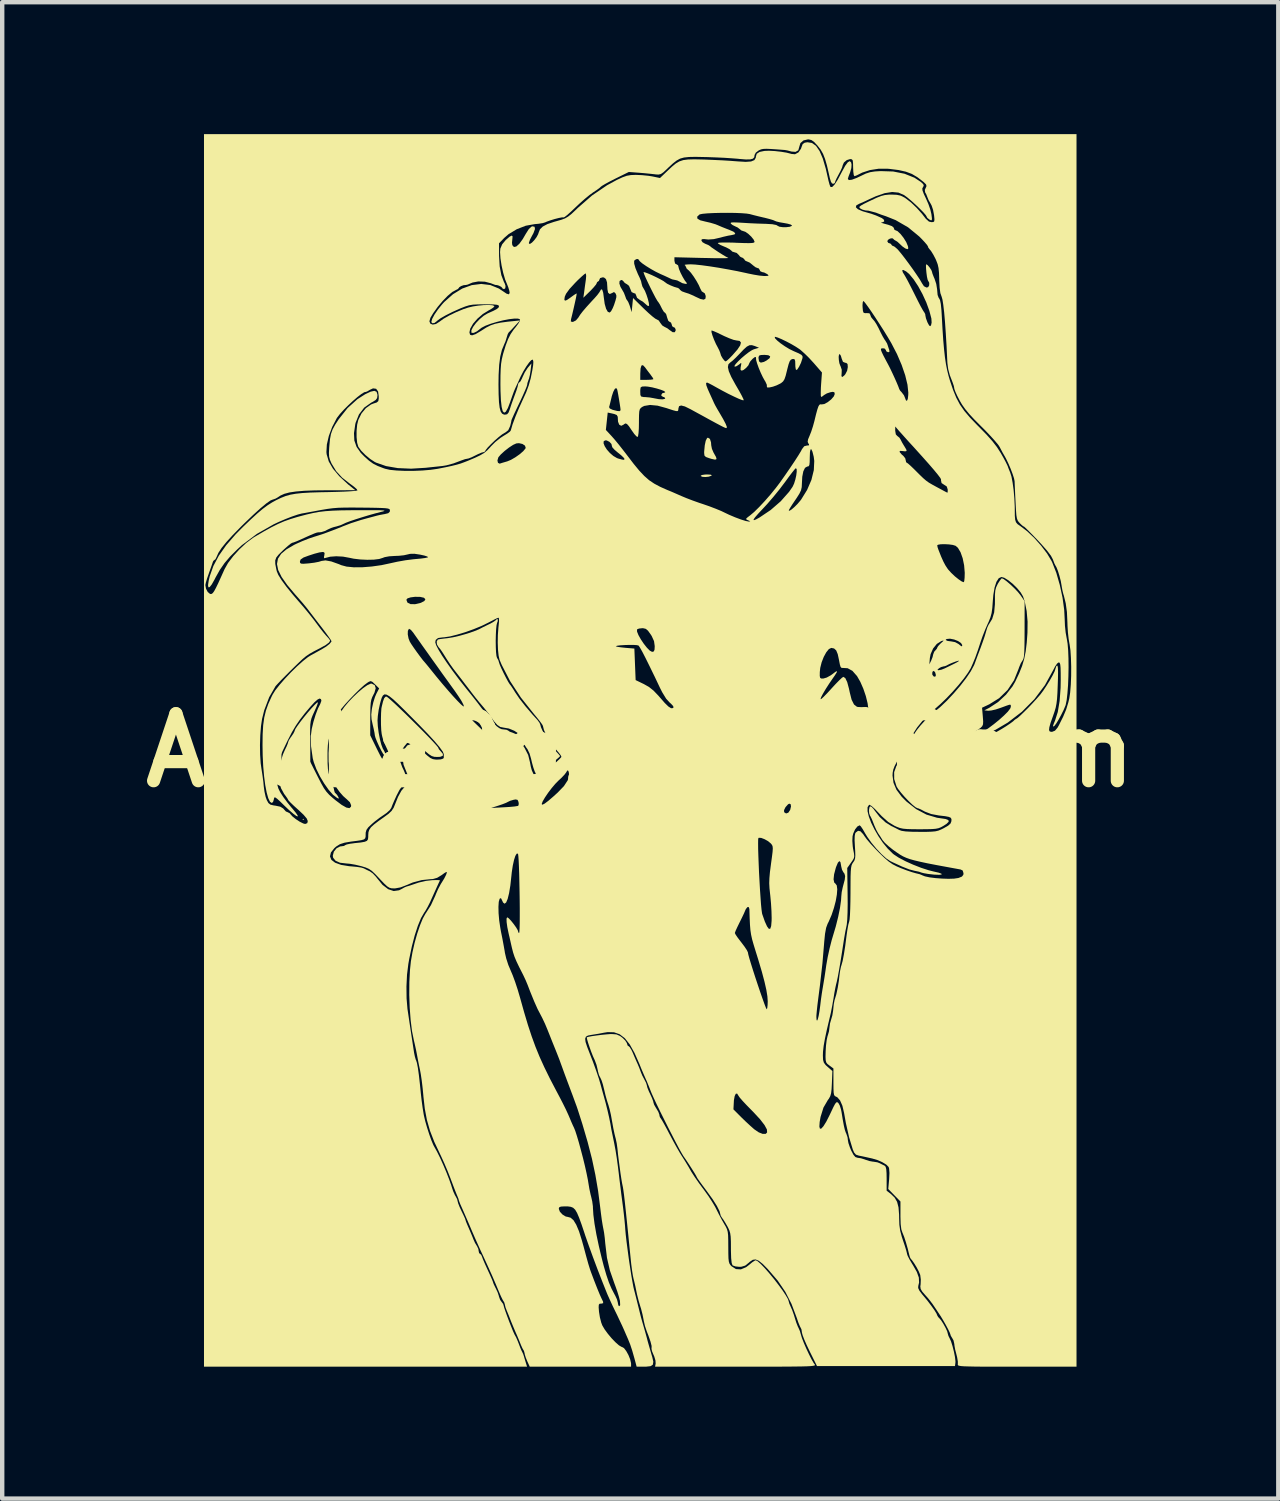
<source format=kicad_pcb>
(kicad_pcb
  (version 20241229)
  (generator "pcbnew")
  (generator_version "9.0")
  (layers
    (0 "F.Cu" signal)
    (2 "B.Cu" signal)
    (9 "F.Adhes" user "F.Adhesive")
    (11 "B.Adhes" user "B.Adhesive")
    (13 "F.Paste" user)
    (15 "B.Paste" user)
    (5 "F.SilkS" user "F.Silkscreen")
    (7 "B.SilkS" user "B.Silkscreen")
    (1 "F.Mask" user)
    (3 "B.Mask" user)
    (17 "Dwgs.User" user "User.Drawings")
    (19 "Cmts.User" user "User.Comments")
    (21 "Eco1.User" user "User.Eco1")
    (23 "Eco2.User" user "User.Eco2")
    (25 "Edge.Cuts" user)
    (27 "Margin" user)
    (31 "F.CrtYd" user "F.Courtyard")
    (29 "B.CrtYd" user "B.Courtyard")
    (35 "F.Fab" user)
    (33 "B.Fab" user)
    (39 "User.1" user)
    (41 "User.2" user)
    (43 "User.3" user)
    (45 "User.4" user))
  (footprint "AsukaPositive28mm"
    (layer "F.Cu")
    (at 11.51 14.015)
    (property "Reference" "AsukaPositive28mm" (at 0 0 0) (layer "F.SilkS") (effects (font (size 1.524 1.524) (thickness 0.3))))
    (attr board_only exclude_from_pos_files exclude_from_bom)
    (fp_poly (pts (xy -7.65 1.569) (xy -7.665 1.584) (xy -7.68 1.569) (xy -7.665 1.554)) (stroke (width 0) (type solid)) (fill yes) (layer "F.SilkS"))
    (fp_poly (pts (xy 1.599 -6.271) (xy 1.627 -6.26) (xy 1.614 -6.245) (xy 1.557 -6.225) (xy 1.483 -6.217) (xy 1.416 -6.221) (xy 1.377 -6.238) (xy 1.375 -6.245) (xy 1.401 -6.263) (xy 1.47 -6.273) (xy 1.517 -6.275)) (stroke (width 0) (type solid)) (fill yes) (layer "F.SilkS"))
    (fp_poly (pts (xy 1.584 -7.084) (xy 1.609 -7.007) (xy 1.614 -6.938) (xy 1.63 -6.858) (xy 1.668 -6.77) (xy 1.674 -6.76) (xy 1.723 -6.672) (xy 1.735 -6.625) (xy 1.702 -6.612) (xy 1.622 -6.629) (xy 1.569 -6.645) (xy 1.493 -6.672) (xy 1.46 -6.705) (xy 1.453 -6.765) (xy 1.454 -6.799) (xy 1.467 -6.938) (xy 1.489 -7.042) (xy 1.519 -7.102) (xy 1.539 -7.112)) (stroke (width 0) (type solid)) (fill yes) (layer "F.SilkS"))
    (fp_poly (pts (xy -3.239 -2.972) (xy -3.244 -2.927) (xy -3.255 -2.903) (xy -3.268 -2.849) (xy -3.278 -2.752) (xy -3.284 -2.628) (xy -3.287 -2.492) (xy -3.285 -2.356) (xy -3.28 -2.237) (xy -3.27 -2.148) (xy -3.257 -2.103) (xy -3.256 -2.103) (xy -3.227 -2.051) (xy -3.212 -2.001) (xy -3.194 -1.947) (xy -3.156 -1.86) (xy -3.106 -1.756) (xy -3.053 -1.652) (xy -3.005 -1.563) (xy -2.969 -1.506) (xy -2.959 -1.494) (xy -2.935 -1.462) (xy -2.891 -1.395) (xy -2.841 -1.315) (xy -2.747 -1.177) (xy -2.615 -1.008) (xy -2.449 -0.814) (xy -2.338 -0.692) (xy -2.292 -0.63) (xy -2.271 -0.58) (xy -2.271 -0.578) (xy -2.258 -0.528) (xy -2.224 -0.451) (xy -2.211 -0.426) (xy -2.174 -0.344) (xy -2.153 -0.278) (xy -2.152 -0.265) (xy -2.131 -0.221) (xy -2.078 -0.151) (xy -2.003 -0.067) (xy -1.987 -0.051) (xy -1.909 0.028) (xy -1.852 0.091) (xy -1.824 0.127) (xy -1.823 0.13) (xy -1.845 0.154) (xy -1.904 0.205) (xy -1.99 0.274) (xy -2.039 0.312) (xy -2.142 0.392) (xy -2.232 0.463) (xy -2.293 0.514) (xy -2.307 0.527) (xy -2.343 0.554) (xy -2.368 0.543) (xy -2.397 0.485) (xy -2.402 0.474) (xy -2.432 0.388) (xy -2.464 0.273) (xy -2.482 0.194) (xy -2.518 0.07) (xy -2.566 -0.03) (xy -2.59 -0.061) (xy -2.638 -0.136) (xy -2.659 -0.211) (xy -2.66 -0.213) (xy -2.687 -0.296) (xy -2.76 -0.377) (xy -2.865 -0.447) (xy -2.989 -0.498) (xy -3.111 -0.519) (xy -3.184 -0.534) (xy -3.251 -0.579) (xy -3.325 -0.662) (xy -3.384 -0.745) (xy -3.462 -0.853) (xy -3.551 -0.965) (xy -3.583 -1.003) (xy -3.663 -1.097) (xy -3.753 -1.209) (xy -3.81 -1.282) (xy -3.892 -1.39) (xy -3.989 -1.516) (xy -4.071 -1.624) (xy -4.146 -1.721) (xy -4.212 -1.806) (xy -4.256 -1.863) (xy -4.259 -1.868) (xy -4.32 -1.953) (xy -4.401 -2.076) (xy -4.491 -2.22) (xy -4.542 -2.295) (xy -4.588 -2.351) (xy -4.588 -2.351) (xy -4.624 -2.412) (xy -4.629 -2.476) (xy -4.604 -2.52) (xy -4.594 -2.524) (xy -4.546 -2.533) (xy -4.459 -2.544) (xy -4.378 -2.553) (xy -4.254 -2.573) (xy -4.101 -2.609) (xy -3.939 -2.655) (xy -3.79 -2.705) (xy -3.672 -2.753) (xy -3.646 -2.766) (xy -3.573 -2.804) (xy -3.476 -2.851) (xy -3.437 -2.87) (xy -3.355 -2.913) (xy -3.296 -2.952) (xy -3.282 -2.967) (xy -3.254 -2.991)) (stroke (width 0) (type solid)) (fill yes) (layer "F.SilkS"))
    (fp_poly (pts (xy -0.542 6.458) (xy -0.458 6.495) (xy -0.406 6.534) (xy -0.342 6.597) (xy -0.305 6.655) (xy -0.301 6.671) (xy -0.284 6.716) (xy -0.267 6.724) (xy -0.239 6.749) (xy -0.2 6.813) (xy -0.175 6.865) (xy -0.127 6.978) (xy -0.077 7.092) (xy -0.061 7.127) (xy -0.022 7.22) (xy 0.009 7.303) (xy 0.015 7.319) (xy 0.047 7.396) (xy 0.092 7.481) (xy 0.093 7.483) (xy 0.131 7.557) (xy 0.15 7.616) (xy 0.15 7.62) (xy 0.163 7.671) (xy 0.196 7.753) (xy 0.225 7.814) (xy 0.266 7.904) (xy 0.293 7.976) (xy 0.299 8.004) (xy 0.315 8.055) (xy 0.353 8.123) (xy 0.354 8.123) (xy 0.411 8.219) (xy 0.437 8.291) (xy 0.437 8.31) (xy 0.45 8.345) (xy 0.468 8.37) (xy 0.495 8.412) (xy 0.542 8.495) (xy 0.603 8.607) (xy 0.671 8.737) (xy 0.672 8.738) (xy 0.75 8.885) (xy 0.83 9.03) (xy 0.903 9.156) (xy 0.95 9.231) (xy 1.013 9.33) (xy 1.068 9.42) (xy 1.099 9.472) (xy 1.164 9.586) (xy 1.241 9.705) (xy 1.338 9.844) (xy 1.458 10.006) (xy 1.549 10.133) (xy 1.634 10.264) (xy 1.702 10.378) (xy 1.728 10.429) (xy 1.789 10.551) (xy 1.861 10.685) (xy 1.903 10.758) (xy 1.944 10.828) (xy 1.972 10.887) (xy 1.989 10.949) (xy 1.998 11.027) (xy 2.001 11.137) (xy 2.002 11.289) (xy 2.003 11.444) (xy 2.006 11.551) (xy 2.014 11.622) (xy 2.028 11.669) (xy 2.051 11.704) (xy 2.075 11.73) (xy 2.176 11.795) (xy 2.288 11.802) (xy 2.407 11.752) (xy 2.476 11.699) (xy 2.548 11.639) (xy 2.606 11.602) (xy 2.627 11.594) (xy 2.671 11.618) (xy 2.743 11.681) (xy 2.833 11.775) (xy 2.935 11.892) (xy 3.041 12.021) (xy 3.143 12.153) (xy 3.236 12.28) (xy 3.31 12.392) (xy 3.36 12.479) (xy 3.377 12.532) (xy 3.39 12.58) (xy 3.421 12.65) (xy 3.422 12.652) (xy 3.456 12.73) (xy 3.494 12.837) (xy 3.515 12.906) (xy 3.547 13.009) (xy 3.581 13.096) (xy 3.599 13.133) (xy 3.631 13.206) (xy 3.655 13.291) (xy 3.678 13.366) (xy 3.721 13.476) (xy 3.776 13.603) (xy 3.837 13.732) (xy 3.895 13.847) (xy 3.944 13.932) (xy 3.967 13.963) (xy 3.974 13.973) (xy 3.972 13.982) (xy 3.957 13.99) (xy 3.925 13.996) (xy 3.87 14.002) (xy 3.79 14.006) (xy 3.679 14.009) (xy 3.534 14.011) (xy 3.35 14.013) (xy 3.123 14.014) (xy 2.849 14.015) (xy 2.522 14.015) (xy 2.175 14.015) (xy 0.337 14.015) (xy 0.35 13.944) (xy 0.346 13.875) (xy 0.319 13.784) (xy 0.302 13.746) (xy 0.269 13.666) (xy 0.255 13.607) (xy 0.257 13.592) (xy 0.258 13.543) (xy 0.234 13.447) (xy 0.187 13.311) (xy 0.147 13.208) (xy 0.108 13.092) (xy 0.079 12.969) (xy 0.074 12.939) (xy 0.052 12.83) (xy 0.02 12.703) (xy 0.000206 12.64) (xy -0.038 12.512) (xy -0.074 12.368) (xy -0.089 12.297) (xy -0.113 12.179) (xy -0.139 12.068) (xy -0.153 12.013) (xy -0.169 11.937) (xy -0.187 11.822) (xy -0.205 11.685) (xy -0.213 11.609) (xy -0.23 11.44) (xy -0.249 11.254) (xy -0.266 11.084) (xy -0.27 11.042) (xy -0.302 10.728) (xy -0.329 10.471) (xy -0.351 10.266) (xy -0.369 10.11) (xy -0.384 9.999) (xy -0.395 9.93) (xy -0.4 9.906) (xy -0.412 9.85) (xy -0.429 9.75) (xy -0.449 9.619) (xy -0.469 9.471) (xy -0.489 9.321) (xy -0.506 9.183) (xy -0.517 9.072) (xy -0.519 9.054) (xy -0.535 8.937) (xy -0.56 8.82) (xy -0.566 8.8) (xy -0.587 8.714) (xy -0.613 8.591) (xy -0.637 8.456) (xy -0.643 8.424) (xy -0.667 8.289) (xy -0.696 8.163) (xy -0.723 8.067) (xy -0.729 8.05) (xy -0.757 7.962) (xy -0.791 7.84) (xy -0.821 7.712) (xy -0.822 7.71) (xy -0.85 7.596) (xy -0.881 7.501) (xy -0.907 7.445) (xy -0.909 7.441) (xy -0.938 7.384) (xy -0.962 7.297) (xy -0.968 7.263) (xy -0.995 7.151) (xy -1.035 7.043) (xy -1.044 7.024) (xy -1.076 6.953) (xy -1.114 6.857) (xy -1.152 6.751) (xy -1.186 6.65) (xy -1.209 6.57) (xy -1.216 6.527) (xy -1.215 6.524) (xy -1.179 6.513) (xy -1.1 6.498) (xy -0.993 6.483) (xy -0.876 6.468) (xy -0.763 6.457) (xy -0.672 6.45) (xy -0.65 6.45)) (stroke (width 0) (type solid)) (fill yes) (layer "F.SilkS"))
    (fp_poly (pts (xy 9.921 14.015) (xy 8.564 14.015) (xy 8.244 14.015) (xy 7.979 14.014) (xy 7.764 14.014) (xy 7.593 14.012) (xy 7.462 14.009) (xy 7.365 14.006) (xy 7.297 14.001) (xy 7.254 13.994) (xy 7.231 13.986) (xy 7.221 13.975) (xy 7.221 13.963) (xy 7.222 13.958) (xy 7.222 13.898) (xy 7.207 13.806) (xy 7.19 13.736) (xy 7.163 13.632) (xy 7.146 13.54) (xy 7.142 13.5) (xy 7.124 13.418) (xy 7.098 13.371) (xy 7.063 13.313) (xy 7.053 13.281) (xy 7.038 13.239) (xy 7 13.161) (xy 6.947 13.062) (xy 6.887 12.957) (xy 6.828 12.86) (xy 6.819 12.847) (xy 6.723 12.702) (xy 6.65 12.594) (xy 6.589 12.513) (xy 6.532 12.443) (xy 6.478 12.383) (xy 6.41 12.304) (xy 6.377 12.247) (xy 6.369 12.19) (xy 6.376 12.138) (xy 6.38 12.032) (xy 6.367 11.93) (xy 6.365 11.924) (xy 6.334 11.849) (xy 6.284 11.753) (xy 6.226 11.659) (xy 6.174 11.586) (xy 6.153 11.564) (xy 6.133 11.527) (xy 6.118 11.475) (xy 6.083 11.332) (xy 6.042 11.188) (xy 6.001 11.062) (xy 5.965 10.973) (xy 5.962 10.967) (xy 5.937 10.891) (xy 5.922 10.772) (xy 5.917 10.603) (xy 5.917 10.569) (xy 5.917 10.258) (xy 5.778 10.116) (xy 5.64 9.974) (xy 5.66 9.753) (xy 5.667 9.61) (xy 5.659 9.508) (xy 5.648 9.473) (xy 5.596 9.42) (xy 5.504 9.364) (xy 5.389 9.314) (xy 5.274 9.28) (xy 5.188 9.261) (xy 5.125 9.247) (xy 5.052 9.231) (xy 4.971 9.215) (xy 4.905 9.193) (xy 4.863 9.144) (xy 4.833 9.074) (xy 4.748 8.793) (xy 4.676 8.474) (xy 4.635 8.244) (xy 4.597 8.081) (xy 4.544 7.96) (xy 4.48 7.887) (xy 4.453 7.874) (xy 4.426 7.861) (xy 4.408 7.834) (xy 4.398 7.782) (xy 4.394 7.694) (xy 4.393 7.559) (xy 4.393 7.544) (xy 4.393 7.233) (xy 4.301 7.165) (xy 4.256 7.13) (xy 4.23 7.096) (xy 4.217 7.047) (xy 4.213 6.968) (xy 4.216 6.845) (xy 4.216 6.843) (xy 4.224 6.712) (xy 4.239 6.591) (xy 4.258 6.502) (xy 4.263 6.488) (xy 4.291 6.393) (xy 4.303 6.302) (xy 4.303 6.301) (xy 4.315 6.21) (xy 4.342 6.117) (xy 4.368 6.027) (xy 4.386 5.915) (xy 4.39 5.875) (xy 4.401 5.77) (xy 4.419 5.677) (xy 4.428 5.65) (xy 4.46 5.542) (xy 4.491 5.396) (xy 4.517 5.234) (xy 4.529 5.125) (xy 4.544 5.016) (xy 4.565 4.916) (xy 4.575 4.886) (xy 4.602 4.789) (xy 4.63 4.644) (xy 4.661 4.447) (xy 4.693 4.198) (xy 4.711 4.076) (xy 4.73 3.969) (xy 4.749 3.898) (xy 4.752 3.891) (xy 4.761 3.841) (xy 4.769 3.741) (xy 4.775 3.602) (xy 4.779 3.435) (xy 4.781 3.249) (xy 4.781 3.223) (xy 4.782 3.018) (xy 4.783 2.863) (xy 4.787 2.751) (xy 4.794 2.673) (xy 4.804 2.619) (xy 4.819 2.582) (xy 4.838 2.551) (xy 4.841 2.548) (xy 4.869 2.506) (xy 4.885 2.458) (xy 4.891 2.391) (xy 4.888 2.288) (xy 4.882 2.193) (xy 4.874 2.044) (xy 4.877 1.945) (xy 4.889 1.886) (xy 4.9 1.868) (xy 4.953 1.828) (xy 5.007 1.839) (xy 5.069 1.905) (xy 5.099 1.95) (xy 5.152 2.022) (xy 5.237 2.122) (xy 5.341 2.234) (xy 5.435 2.331) (xy 5.556 2.447) (xy 5.652 2.529) (xy 5.739 2.589) (xy 5.833 2.638) (xy 5.932 2.68) (xy 6.056 2.727) (xy 6.173 2.767) (xy 6.26 2.792) (xy 6.275 2.796) (xy 6.354 2.815) (xy 6.407 2.837) (xy 6.41 2.839) (xy 6.473 2.864) (xy 6.579 2.887) (xy 6.715 2.904) (xy 6.863 2.915) (xy 7.009 2.92) (xy 7.137 2.916) (xy 7.23 2.902) (xy 7.239 2.9) (xy 7.315 2.869) (xy 7.347 2.829) (xy 7.351 2.793) (xy 7.332 2.731) (xy 7.284 2.708) (xy 6.984 2.653) (xy 6.735 2.607) (xy 6.533 2.568) (xy 6.37 2.533) (xy 6.239 2.502) (xy 6.134 2.473) (xy 6.048 2.442) (xy 5.975 2.409) (xy 5.909 2.371) (xy 5.842 2.326) (xy 5.768 2.274) (xy 5.739 2.253) (xy 5.643 2.176) (xy 5.561 2.1) (xy 5.511 2.041) (xy 5.51 2.04) (xy 5.456 1.953) (xy 5.409 1.883) (xy 5.369 1.81) (xy 5.324 1.71) (xy 5.304 1.658) (xy 5.269 1.569) (xy 5.237 1.502) (xy 5.224 1.481) (xy 5.205 1.428) (xy 5.201 1.356) (xy 5.213 1.292) (xy 5.228 1.271) (xy 5.26 1.283) (xy 5.307 1.333) (xy 5.33 1.366) (xy 5.444 1.513) (xy 5.578 1.637) (xy 5.708 1.719) (xy 5.799 1.763) (xy 5.882 1.806) (xy 5.887 1.809) (xy 5.944 1.829) (xy 6.038 1.843) (xy 6.177 1.85) (xy 6.351 1.852) (xy 6.512 1.852) (xy 6.629 1.848) (xy 6.713 1.84) (xy 6.78 1.824) (xy 6.843 1.798) (xy 6.903 1.768) (xy 7.002 1.711) (xy 7.056 1.662) (xy 7.076 1.609) (xy 7.076 1.607) (xy 7.077 1.562) (xy 7.061 1.532) (xy 7.017 1.512) (xy 6.935 1.496) (xy 6.805 1.481) (xy 6.783 1.478) (xy 6.617 1.447) (xy 6.478 1.394) (xy 6.464 1.387) (xy 6.384 1.344) (xy 6.323 1.318) (xy 6.306 1.315) (xy 6.262 1.293) (xy 6.191 1.236) (xy 6.105 1.154) (xy 6.015 1.06) (xy 5.931 0.963) (xy 5.864 0.877) (xy 5.828 0.818) (xy 5.775 0.651) (xy 5.774 0.494) (xy 5.823 0.357) (xy 5.842 0.329) (xy 5.888 0.26) (xy 5.915 0.212) (xy 5.917 0.203) (xy 5.932 0.169) (xy 5.972 0.096) (xy 6.03 -0.001) (xy 6.066 -0.06) (xy 6.131 -0.168) (xy 6.183 -0.259) (xy 6.212 -0.32) (xy 6.217 -0.336) (xy 6.238 -0.387) (xy 6.292 -0.466) (xy 6.371 -0.564) (xy 6.463 -0.666) (xy 6.558 -0.763) (xy 6.646 -0.842) (xy 6.671 -0.862) (xy 6.817 -0.982) (xy 6.974 -1.131) (xy 7.131 -1.299) (xy 7.28 -1.473) (xy 7.412 -1.644) (xy 7.518 -1.801) (xy 7.589 -1.934) (xy 7.601 -1.962) (xy 7.631 -2.043) (xy 7.674 -2.16) (xy 7.723 -2.289) (xy 7.739 -2.331) (xy 7.786 -2.461) (xy 7.829 -2.585) (xy 7.858 -2.682) (xy 7.864 -2.704) (xy 7.891 -2.792) (xy 7.922 -2.859) (xy 7.929 -2.868) (xy 8.003 -2.989) (xy 8.048 -3.136) (xy 8.065 -3.321) (xy 8.066 -3.405) (xy 8.066 -3.541) (xy 8.074 -3.636) (xy 8.093 -3.709) (xy 8.126 -3.779) (xy 8.132 -3.791) (xy 8.178 -3.863) (xy 8.213 -3.908) (xy 8.224 -3.914) (xy 8.267 -3.894) (xy 8.338 -3.841) (xy 8.424 -3.767) (xy 8.513 -3.682) (xy 8.592 -3.598) (xy 8.649 -3.527) (xy 8.651 -3.524) (xy 8.741 -3.392) (xy 8.74 -2.744) (xy 8.739 -2.527) (xy 8.737 -2.361) (xy 8.733 -2.239) (xy 8.727 -2.154) (xy 8.717 -2.097) (xy 8.704 -2.061) (xy 8.691 -2.042) (xy 8.653 -1.98) (xy 8.615 -1.889) (xy 8.603 -1.853) (xy 8.5 -1.596) (xy 8.352 -1.373) (xy 8.162 -1.188) (xy 7.937 -1.048) (xy 7.928 -1.044) (xy 7.773 -0.971) (xy 7.79 -0.77) (xy 7.798 -0.661) (xy 7.795 -0.594) (xy 7.777 -0.551) (xy 7.742 -0.515) (xy 7.736 -0.51) (xy 7.654 -0.453) (xy 7.583 -0.416) (xy 7.523 -0.37) (xy 7.499 -0.308) (xy 7.515 -0.252) (xy 7.549 -0.227) (xy 7.609 -0.227) (xy 7.713 -0.254) (xy 7.85 -0.304) (xy 8.012 -0.374) (xy 8.023 -0.379) (xy 8.109 -0.424) (xy 8.212 -0.483) (xy 8.317 -0.548) (xy 8.411 -0.611) (xy 8.48 -0.662) (xy 8.511 -0.692) (xy 8.511 -0.692) (xy 8.546 -0.717) (xy 8.549 -0.717) (xy 8.581 -0.738) (xy 8.643 -0.793) (xy 8.727 -0.874) (xy 8.824 -0.97) (xy 8.922 -1.073) (xy 9.014 -1.174) (xy 9.09 -1.261) (xy 9.098 -1.27) (xy 9.166 -1.361) (xy 9.24 -1.473) (xy 9.313 -1.591) (xy 9.376 -1.703) (xy 9.422 -1.796) (xy 9.442 -1.855) (xy 9.443 -1.86) (xy 9.461 -1.915) (xy 9.477 -1.93) (xy 9.49 -1.922) (xy 9.498 -1.874) (xy 9.501 -1.781) (xy 9.499 -1.637) (xy 9.494 -1.491) (xy 9.487 -1.308) (xy 9.478 -1.169) (xy 9.465 -1.062) (xy 9.447 -0.97) (xy 9.42 -0.879) (xy 9.386 -0.781) (xy 9.332 -0.63) (xy 9.303 -0.526) (xy 9.296 -0.462) (xy 9.313 -0.43) (xy 9.353 -0.422) (xy 9.37 -0.424) (xy 9.432 -0.449) (xy 9.489 -0.517) (xy 9.518 -0.568) (xy 9.616 -0.764) (xy 9.686 -0.931) (xy 9.735 -1.092) (xy 9.757 -1.184) (xy 9.777 -1.32) (xy 9.791 -1.496) (xy 9.799 -1.696) (xy 9.8 -1.903) (xy 9.794 -2.102) (xy 9.783 -2.276) (xy 9.764 -2.41) (xy 9.76 -2.428) (xy 9.742 -2.536) (xy 9.726 -2.679) (xy 9.716 -2.835) (xy 9.714 -2.906) (xy 9.703 -3.147) (xy 9.676 -3.345) (xy 9.633 -3.519) (xy 9.621 -3.556) (xy 9.601 -3.636) (xy 9.583 -3.735) (xy 9.581 -3.75) (xy 9.563 -3.852) (xy 9.533 -3.968) (xy 9.499 -4.079) (xy 9.465 -4.164) (xy 9.447 -4.195) (xy 9.421 -4.244) (xy 9.391 -4.322) (xy 9.384 -4.342) (xy 9.339 -4.427) (xy 9.248 -4.547) (xy 9.109 -4.704) (xy 9.037 -4.781) (xy 8.929 -4.893) (xy 8.837 -4.986) (xy 8.769 -5.053) (xy 8.731 -5.087) (xy 8.726 -5.09) (xy 8.707 -5.098) (xy 8.661 -5.138) (xy 8.64 -5.159) (xy 8.606 -5.195) (xy 8.582 -5.231) (xy 8.565 -5.279) (xy 8.553 -5.35) (xy 8.545 -5.454) (xy 8.537 -5.603) (xy 8.534 -5.663) (xy 8.526 -5.818) (xy 8.52 -5.954) (xy 8.515 -6.058) (xy 8.513 -6.118) (xy 8.512 -6.126) (xy 8.499 -6.19) (xy 8.466 -6.29) (xy 8.421 -6.409) (xy 8.369 -6.529) (xy 8.319 -6.633) (xy 8.294 -6.679) (xy 8.237 -6.778) (xy 8.185 -6.877) (xy 8.174 -6.899) (xy 8.138 -6.953) (xy 8.066 -7.039) (xy 7.968 -7.148) (xy 7.851 -7.271) (xy 7.757 -7.365) (xy 7.6 -7.523) (xy 7.48 -7.652) (xy 7.389 -7.763) (xy 7.317 -7.865) (xy 7.264 -7.956) (xy 7.208 -8.064) (xy 7.166 -8.156) (xy 7.144 -8.217) (xy 7.142 -8.228) (xy 7.131 -8.287) (xy 7.104 -8.366) (xy 7.101 -8.374) (xy 7.039 -8.535) (xy 7.003 -8.671) (xy 6.985 -8.807) (xy 6.982 -8.86) (xy 6.966 -9.19) (xy 6.948 -9.486) (xy 6.93 -9.745) (xy 6.911 -9.963) (xy 6.891 -10.134) (xy 6.872 -10.255) (xy 6.853 -10.32) (xy 6.852 -10.322) (xy 6.825 -10.399) (xy 6.808 -10.519) (xy 6.799 -10.69) (xy 6.799 -10.71) (xy 6.794 -10.86) (xy 6.783 -10.969) (xy 6.763 -11.057) (xy 6.73 -11.143) (xy 6.713 -11.181) (xy 6.663 -11.276) (xy 6.616 -11.352) (xy 6.588 -11.386) (xy 6.551 -11.433) (xy 6.544 -11.457) (xy 6.524 -11.492) (xy 6.47 -11.556) (xy 6.391 -11.64) (xy 6.343 -11.688) (xy 6.09 -11.896) (xy 5.808 -12.059) (xy 5.588 -12.147) (xy 5.486 -12.181) (xy 5.4 -12.213) (xy 5.363 -12.228) (xy 5.189 -12.274) (xy 5.123 -12.279) (xy 5.049 -12.299) (xy 5.005 -12.323) (xy 4.984 -12.343) (xy 4.986 -12.364) (xy 5.019 -12.391) (xy 5.09 -12.431) (xy 5.206 -12.488) (xy 5.236 -12.502) (xy 5.374 -12.567) (xy 5.478 -12.608) (xy 5.565 -12.63) (xy 5.653 -12.639) (xy 5.715 -12.64) (xy 5.834 -12.635) (xy 5.921 -12.616) (xy 6.004 -12.575) (xy 6.042 -12.55) (xy 6.158 -12.46) (xy 6.286 -12.338) (xy 6.407 -12.203) (xy 6.493 -12.091) (xy 6.565 -12.026) (xy 6.623 -12.013) (xy 6.666 -12.016) (xy 6.686 -12.034) (xy 6.69 -12.081) (xy 6.681 -12.172) (xy 6.679 -12.183) (xy 6.659 -12.292) (xy 6.627 -12.388) (xy 6.606 -12.429) (xy 6.558 -12.511) (xy 6.53 -12.58) (xy 6.502 -12.651) (xy 6.479 -12.69) (xy 6.471 -12.746) (xy 6.49 -12.789) (xy 6.51 -12.834) (xy 6.498 -12.873) (xy 6.446 -12.924) (xy 6.435 -12.933) (xy 6.304 -13.034) (xy 6.178 -13.109) (xy 6.039 -13.161) (xy 5.875 -13.198) (xy 5.668 -13.224) (xy 5.621 -13.228) (xy 5.422 -13.228) (xy 5.223 -13.197) (xy 5.048 -13.14) (xy 4.996 -13.114) (xy 4.925 -13.078) (xy 4.875 -13.059) (xy 4.869 -13.059) (xy 4.855 -13.086) (xy 4.845 -13.157) (xy 4.841 -13.253) (xy 4.839 -13.357) (xy 4.832 -13.416) (xy 4.813 -13.441) (xy 4.779 -13.447) (xy 4.771 -13.447) (xy 4.696 -13.424) (xy 4.632 -13.37) (xy 4.602 -13.304) (xy 4.602 -13.298) (xy 4.588 -13.252) (xy 4.552 -13.173) (xy 4.512 -13.098) (xy 4.466 -13.011) (xy 4.436 -12.945) (xy 4.43 -12.917) (xy 4.413 -12.894) (xy 4.389 -12.886) (xy 4.361 -12.893) (xy 4.336 -12.933) (xy 4.311 -13.015) (xy 4.29 -13.109) (xy 4.245 -13.303) (xy 4.202 -13.451) (xy 4.157 -13.566) (xy 4.103 -13.661) (xy 4.035 -13.749) (xy 4.032 -13.753) (xy 3.954 -13.836) (xy 3.893 -13.88) (xy 3.831 -13.895) (xy 3.812 -13.895) (xy 3.713 -13.872) (xy 3.642 -13.811) (xy 3.616 -13.725) (xy 3.594 -13.647) (xy 3.531 -13.611) (xy 3.435 -13.619) (xy 3.43 -13.621) (xy 3.349 -13.643) (xy 3.289 -13.654) (xy 3.287 -13.654) (xy 3.103 -13.668) (xy 2.969 -13.677) (xy 2.874 -13.681) (xy 2.809 -13.679) (xy 2.762 -13.672) (xy 2.725 -13.659) (xy 2.694 -13.644) (xy 2.628 -13.594) (xy 2.6 -13.542) (xy 2.6 -13.54) (xy 2.592 -13.488) (xy 2.561 -13.456) (xy 2.5 -13.44) (xy 2.398 -13.439) (xy 2.248 -13.451) (xy 2.226 -13.454) (xy 2.085 -13.465) (xy 1.905 -13.477) (xy 1.706 -13.486) (xy 1.508 -13.493) (xy 1.449 -13.494) (xy 1.255 -13.498) (xy 1.108 -13.495) (xy 0.996 -13.483) (xy 0.906 -13.458) (xy 0.826 -13.414) (xy 0.743 -13.349) (xy 0.644 -13.258) (xy 0.605 -13.22) (xy 0.526 -13.147) (xy 0.47 -13.108) (xy 0.416 -13.095) (xy 0.347 -13.099) (xy 0.329 -13.102) (xy 0.229 -13.113) (xy 0.099 -13.126) (xy -0.033 -13.137) (xy -0.26 -13.154) (xy -0.57 -13.001) (xy -0.694 -12.938) (xy -0.797 -12.882) (xy -0.869 -12.839) (xy -0.897 -12.818) (xy -0.931 -12.787) (xy -0.999 -12.738) (xy -1.069 -12.692) (xy -1.154 -12.63) (xy -1.265 -12.539) (xy -1.385 -12.432) (xy -1.473 -12.349) (xy -1.572 -12.255) (xy -1.656 -12.18) (xy -1.716 -12.133) (xy -1.742 -12.121) (xy -1.777 -12.122) (xy -1.851 -12.108) (xy -1.946 -12.084) (xy -2.044 -12.054) (xy -2.128 -12.024) (xy -2.161 -12.009) (xy -2.219 -11.991) (xy -2.314 -11.976) (xy -2.401 -11.968) (xy -2.603 -11.932) (xy -2.807 -11.853) (xy -2.991 -11.743) (xy -3.093 -11.655) (xy -3.212 -11.532) (xy -3.211 -11.242) (xy -3.197 -11.007) (xy -3.159 -10.807) (xy -3.099 -10.65) (xy -3.085 -10.626) (xy -3.064 -10.564) (xy -3.069 -10.51) (xy -3.098 -10.489) (xy -3.134 -10.505) (xy -3.138 -10.517) (xy -3.162 -10.542) (xy -3.214 -10.569) (xy -3.264 -10.584) (xy -3.28 -10.582) (xy -3.309 -10.59) (xy -3.373 -10.614) (xy -3.395 -10.623) (xy -3.533 -10.659) (xy -3.681 -10.665) (xy -3.814 -10.64) (xy -3.855 -10.623) (xy -3.922 -10.594) (xy -3.965 -10.584) (xy -3.966 -10.584) (xy -4.015 -10.58) (xy -4.075 -10.559) (xy -4.118 -10.531) (xy -4.124 -10.519) (xy -4.149 -10.491) (xy -4.189 -10.472) (xy -4.275 -10.425) (xy -4.38 -10.337) (xy -4.494 -10.22) (xy -4.607 -10.085) (xy -4.709 -9.943) (xy -4.772 -9.838) (xy -4.795 -9.758) (xy -4.774 -9.705) (xy -4.72 -9.683) (xy -4.646 -9.697) (xy -4.566 -9.749) (xy -4.474 -9.816) (xy -4.342 -9.891) (xy -4.187 -9.966) (xy -4.026 -10.033) (xy -3.915 -10.07) (xy -3.807 -10.096) (xy -3.684 -10.115) (xy -3.56 -10.127) (xy -3.449 -10.13) (xy -3.364 -10.124) (xy -3.32 -10.109) (xy -3.317 -10.101) (xy -3.341 -10.071) (xy -3.403 -10.03) (xy -3.444 -10.008) (xy -3.58 -9.924) (xy -3.703 -9.818) (xy -3.802 -9.704) (xy -3.866 -9.592) (xy -3.885 -9.507) (xy -3.87 -9.452) (xy -3.825 -9.439) (xy -3.746 -9.466) (xy -3.628 -9.536) (xy -3.612 -9.546) (xy -3.503 -9.616) (xy -3.404 -9.666) (xy -3.299 -9.702) (xy -3.174 -9.728) (xy -3.011 -9.75) (xy -2.929 -9.758) (xy -2.734 -9.778) (xy -2.854 -9.649) (xy -2.921 -9.576) (xy -2.973 -9.523) (xy -2.993 -9.503) (xy -3.014 -9.465) (xy -3.035 -9.398) (xy -3.064 -9.304) (xy -3.094 -9.234) (xy -3.146 -9.108) (xy -3.184 -8.956) (xy -3.208 -8.77) (xy -3.221 -8.54) (xy -3.224 -8.322) (xy -3.221 -8.095) (xy -3.213 -7.921) (xy -3.198 -7.795) (xy -3.175 -7.709) (xy -3.143 -7.659) (xy -3.1 -7.637) (xy -3.078 -7.635) (xy -3.028 -7.644) (xy -2.995 -7.683) (xy -2.964 -7.765) (xy -2.963 -7.769) (xy -2.929 -7.873) (xy -2.884 -7.999) (xy -2.851 -8.088) (xy -2.814 -8.19) (xy -2.788 -8.275) (xy -2.779 -8.32) (xy -2.765 -8.361) (xy -2.752 -8.367) (xy -2.725 -8.392) (xy -2.691 -8.456) (xy -2.675 -8.494) (xy -2.626 -8.597) (xy -2.564 -8.693) (xy -2.55 -8.711) (xy -2.475 -8.8) (xy -2.494 -8.638) (xy -2.51 -8.537) (xy -2.53 -8.454) (xy -2.542 -8.424) (xy -2.566 -8.354) (xy -2.57 -8.321) (xy -2.582 -8.277) (xy -2.617 -8.191) (xy -2.668 -8.075) (xy -2.731 -7.939) (xy -2.749 -7.901) (xy -2.814 -7.765) (xy -2.869 -7.648) (xy -2.908 -7.56) (xy -2.928 -7.513) (xy -2.929 -7.508) (xy -2.936 -7.467) (xy -2.954 -7.393) (xy -2.96 -7.373) (xy -3.002 -7.281) (xy -3.074 -7.226) (xy -3.087 -7.22) (xy -3.143 -7.185) (xy -3.222 -7.123) (xy -3.311 -7.045) (xy -3.397 -6.962) (xy -3.47 -6.887) (xy -3.516 -6.829) (xy -3.526 -6.807) (xy -3.55 -6.785) (xy -3.566 -6.783) (xy -3.614 -6.77) (xy -3.693 -6.736) (xy -3.747 -6.709) (xy -3.835 -6.666) (xy -3.905 -6.639) (xy -3.93 -6.634) (xy -3.985 -6.623) (xy -4.062 -6.596) (xy -4.07 -6.593) (xy -4.246 -6.527) (xy -4.408 -6.483) (xy -4.491 -6.469) (xy -4.563 -6.461) (xy -4.675 -6.449) (xy -4.809 -6.435) (xy -4.88 -6.427) (xy -5.211 -6.407) (xy -5.514 -6.42) (xy -5.781 -6.466) (xy -6.006 -6.544) (xy -6.04 -6.561) (xy -6.141 -6.627) (xy -6.249 -6.717) (xy -6.344 -6.813) (xy -6.408 -6.9) (xy -6.412 -6.907) (xy -6.438 -6.996) (xy -6.451 -7.124) (xy -6.451 -7.267) (xy -6.438 -7.406) (xy -6.412 -7.515) (xy -6.34 -7.662) (xy -6.239 -7.784) (xy -6.122 -7.867) (xy -6.065 -7.889) (xy -5.992 -7.913) (xy -5.957 -7.944) (xy -5.947 -8.003) (xy -5.947 -8.053) (xy -5.962 -8.163) (xy -6.007 -8.224) (xy -6.077 -8.233) (xy -6.15 -8.199) (xy -6.207 -8.165) (xy -6.238 -8.153) (xy -6.238 -8.153) (xy -6.275 -8.146) (xy -6.343 -8.104) (xy -6.433 -8.035) (xy -6.536 -7.946) (xy -6.642 -7.847) (xy -6.744 -7.745) (xy -6.831 -7.649) (xy -6.894 -7.567) (xy -6.904 -7.551) (xy -7.006 -7.355) (xy -7.082 -7.152) (xy -7.127 -6.957) (xy -7.137 -6.785) (xy -7.132 -6.735) (xy -7.084 -6.572) (xy -6.988 -6.406) (xy -6.843 -6.234) (xy -6.645 -6.05) (xy -6.579 -5.997) (xy -6.48 -5.917) (xy -7.117 -5.916) (xy -7.406 -5.913) (xy -7.641 -5.904) (xy -7.83 -5.888) (xy -7.979 -5.866) (xy -8.094 -5.835) (xy -8.183 -5.795) (xy -8.22 -5.77) (xy -8.289 -5.728) (xy -8.344 -5.708) (xy -8.348 -5.708) (xy -8.406 -5.685) (xy -8.502 -5.618) (xy -8.634 -5.509) (xy -8.8 -5.358) (xy -9.001 -5.166) (xy -9.077 -5.091) (xy -9.266 -4.898) (xy -9.412 -4.738) (xy -9.52 -4.605) (xy -9.593 -4.494) (xy -9.635 -4.399) (xy -9.636 -4.397) (xy -9.661 -4.347) (xy -9.68 -4.333) (xy -9.709 -4.309) (xy -9.721 -4.281) (xy -9.739 -4.228) (xy -9.771 -4.137) (xy -9.81 -4.029) (xy -9.813 -4.019) (xy -9.851 -3.91) (xy -9.878 -3.818) (xy -9.89 -3.762) (xy -9.89 -3.759) (xy -9.875 -3.676) (xy -9.836 -3.603) (xy -9.785 -3.56) (xy -9.766 -3.556) (xy -9.743 -3.561) (xy -9.718 -3.582) (xy -9.688 -3.625) (xy -9.649 -3.697) (xy -9.597 -3.804) (xy -9.529 -3.954) (xy -9.453 -4.123) (xy -9.374 -4.263) (xy -9.256 -4.418) (xy -9.114 -4.574) (xy -8.961 -4.717) (xy -8.81 -4.831) (xy -8.77 -4.856) (xy -8.56 -4.979) (xy -8.387 -5.075) (xy -8.237 -5.15) (xy -8.098 -5.21) (xy -7.957 -5.26) (xy -7.8 -5.308) (xy -7.745 -5.323) (xy -7.582 -5.366) (xy -7.438 -5.399) (xy -7.3 -5.424) (xy -7.156 -5.441) (xy -6.995 -5.452) (xy -6.804 -5.459) (xy -6.571 -5.462) (xy -6.428 -5.463) (xy -6.208 -5.463) (xy -6.042 -5.463) (xy -5.925 -5.462) (xy -5.853 -5.458) (xy -5.819 -5.453) (xy -5.82 -5.446) (xy -5.849 -5.435) (xy -5.887 -5.426) (xy -6.018 -5.392) (xy -6.167 -5.35) (xy -6.323 -5.303) (xy -6.471 -5.256) (xy -6.599 -5.213) (xy -6.694 -5.177) (xy -6.739 -5.156) (xy -6.811 -5.123) (xy -6.9 -5.096) (xy -6.902 -5.095) (xy -6.97 -5.078) (xy -7.03 -5.058) (xy -7.104 -5.024) (xy -7.171 -4.99) (xy -7.25 -4.965) (xy -7.294 -4.96) (xy -7.326 -4.959) (xy -7.363 -4.951) (xy -7.415 -4.932) (xy -7.493 -4.899) (xy -7.608 -4.848) (xy -7.715 -4.799) (xy -7.809 -4.758) (xy -7.882 -4.73) (xy -7.915 -4.721) (xy -7.949 -4.702) (xy -8.013 -4.65) (xy -8.097 -4.576) (xy -8.13 -4.545) (xy -8.222 -4.455) (xy -8.277 -4.387) (xy -8.301 -4.322) (xy -8.3 -4.241) (xy -8.278 -4.127) (xy -8.266 -4.074) (xy -8.231 -3.991) (xy -8.156 -3.871) (xy -8.045 -3.72) (xy -7.901 -3.543) (xy -7.775 -3.396) (xy -7.658 -3.261) (xy -7.54 -3.118) (xy -7.434 -2.984) (xy -7.362 -2.888) (xy -7.282 -2.78) (xy -7.204 -2.681) (xy -7.143 -2.609) (xy -7.13 -2.596) (xy -7.079 -2.539) (xy -7.053 -2.499) (xy -7.052 -2.494) (xy -7.079 -2.453) (xy -7.153 -2.397) (xy -7.268 -2.333) (xy -7.276 -2.328) (xy -7.42 -2.254) (xy -7.524 -2.195) (xy -7.604 -2.14) (xy -7.675 -2.081) (xy -7.68 -2.077) (xy -7.753 -2.008) (xy -7.847 -1.917) (xy -7.952 -1.814) (xy -8.058 -1.708) (xy -8.155 -1.61) (xy -8.233 -1.528) (xy -8.282 -1.474) (xy -8.293 -1.462) (xy -8.439 -1.209) (xy -8.551 -0.914) (xy -8.6 -0.718) (xy -8.625 -0.551) (xy -8.641 -0.346) (xy -8.648 -0.124) (xy -8.645 0.095) (xy -8.632 0.292) (xy -8.614 0.418) (xy -8.592 0.56) (xy -8.571 0.719) (xy -8.562 0.816) (xy -8.545 0.94) (xy -8.519 1.057) (xy -8.493 1.13) (xy -8.456 1.197) (xy -8.411 1.233) (xy -8.338 1.251) (xy -8.295 1.257) (xy -8.185 1.28) (xy -8.119 1.321) (xy -8.104 1.339) (xy -8.058 1.389) (xy -8.021 1.404) (xy -7.973 1.428) (xy -7.958 1.447) (xy -7.911 1.5) (xy -7.834 1.562) (xy -7.746 1.62) (xy -7.665 1.661) (xy -7.62 1.673) (xy -7.572 1.654) (xy -7.561 1.606) (xy -7.585 1.548) (xy -7.657 1.463) (xy -7.778 1.349) (xy -7.783 1.345) (xy -7.877 1.26) (xy -7.952 1.188) (xy -7.997 1.14) (xy -8.006 1.126) (xy -8.025 1.091) (xy -8.07 1.027) (xy -8.099 0.989) (xy -8.171 0.857) (xy -8.209 0.688) (xy -8.214 0.495) (xy -8.187 0.292) (xy -8.126 0.091) (xy -8.083 -0.007) (xy -8.041 -0.094) (xy -8.014 -0.162) (xy -8.008 -0.186) (xy -7.992 -0.229) (xy -7.95 -0.295) (xy -7.934 -0.316) (xy -7.887 -0.386) (xy -7.861 -0.439) (xy -7.859 -0.448) (xy -7.842 -0.489) (xy -7.795 -0.56) (xy -7.727 -0.653) (xy -7.646 -0.757) (xy -7.56 -0.862) (xy -7.477 -0.958) (xy -7.405 -1.035) (xy -7.354 -1.084) (xy -7.33 -1.095) (xy -7.336 -1.064) (xy -7.363 -0.993) (xy -7.405 -0.897) (xy -7.414 -0.877) (xy -7.45 -0.798) (xy -7.476 -0.732) (xy -7.493 -0.667) (xy -7.503 -0.59) (xy -7.507 -0.488) (xy -7.509 -0.349) (xy -7.508 -0.209) (xy -7.507 0.254) (xy -7.332 0.601) (xy -7.256 0.749) (xy -7.195 0.857) (xy -7.138 0.938) (xy -7.075 1.008) (xy -6.995 1.08) (xy -6.932 1.132) (xy -6.79 1.239) (xy -6.683 1.3) (xy -6.613 1.313) (xy -6.578 1.28) (xy -6.575 1.248) (xy -6.603 1.179) (xy -6.678 1.107) (xy -6.68 1.106) (xy -6.756 1.038) (xy -6.835 0.948) (xy -6.904 0.852) (xy -6.95 0.768) (xy -6.963 0.72) (xy -6.979 0.664) (xy -7.017 0.591) (xy -7.022 0.583) (xy -7.054 0.501) (xy -7.075 0.377) (xy -7.086 0.226) (xy -7.087 0.064) (xy -7.077 -0.092) (xy -7.057 -0.226) (xy -7.027 -0.322) (xy -7.026 -0.322) (xy -6.986 -0.42) (xy -6.947 -0.538) (xy -6.934 -0.59) (xy -6.909 -0.677) (xy -6.886 -0.734) (xy -6.873 -0.747) (xy -6.849 -0.772) (xy -6.833 -0.814) (xy -6.797 -0.893) (xy -6.727 -0.992) (xy -6.634 -1.103) (xy -6.526 -1.216) (xy -6.412 -1.324) (xy -6.303 -1.416) (xy -6.207 -1.483) (xy -6.133 -1.517) (xy -6.108 -1.519) (xy -6.038 -1.483) (xy -6.016 -1.415) (xy -6.044 -1.313) (xy -6.065 -1.272) (xy -6.095 -1.212) (xy -6.116 -1.153) (xy -6.129 -1.083) (xy -6.136 -0.988) (xy -6.139 -0.855) (xy -6.14 -0.741) (xy -6.141 -0.344) (xy -5.983 -0.022) (xy -5.91 0.123) (xy -5.854 0.22) (xy -5.811 0.276) (xy -5.777 0.298) (xy -5.767 0.299) (xy -5.71 0.276) (xy -5.688 0.211) (xy -5.7 0.112) (xy -5.746 -0.008) (xy -5.804 -0.132) (xy -5.841 -0.225) (xy -5.866 -0.31) (xy -5.88 -0.374) (xy -5.89 -0.459) (xy -5.896 -0.581) (xy -5.897 -0.719) (xy -5.894 -0.849) (xy -5.887 -0.952) (xy -5.881 -0.986) (xy -5.851 -1.11) (xy -5.825 -1.184) (xy -5.796 -1.219) (xy -5.773 -1.225) (xy -5.742 -1.205) (xy -5.677 -1.149) (xy -5.583 -1.064) (xy -5.469 -0.956) (xy -5.34 -0.832) (xy -5.204 -0.698) (xy -5.067 -0.562) (xy -4.935 -0.43) (xy -4.816 -0.308) (xy -4.716 -0.203) (xy -4.642 -0.122) (xy -4.6 -0.072) (xy -4.593 -0.058) (xy -4.578 -0.025) (xy -4.541 0.016) (xy -4.488 0.08) (xy -4.491 0.123) (xy -4.55 0.146) (xy -4.614 0.149) (xy -4.682 0.146) (xy -4.74 0.129) (xy -4.802 0.09) (xy -4.884 0.023) (xy -4.943 -0.03) (xy -5.066 -0.134) (xy -5.161 -0.191) (xy -5.238 -0.202) (xy -5.305 -0.166) (xy -5.372 -0.084) (xy -5.406 -0.03) (xy -5.46 0.115) (xy -5.455 0.265) (xy -5.412 0.382) (xy -5.376 0.457) (xy -5.355 0.508) (xy -5.353 0.516) (xy -5.338 0.556) (xy -5.307 0.622) (xy -5.304 0.627) (xy -5.277 0.688) (xy -5.285 0.723) (xy -5.338 0.756) (xy -5.35 0.762) (xy -5.414 0.812) (xy -5.476 0.899) (xy -5.541 1.025) (xy -5.592 1.136) (xy -5.634 1.234) (xy -5.659 1.299) (xy -5.661 1.306) (xy -5.697 1.358) (xy -5.767 1.421) (xy -5.821 1.459) (xy -5.925 1.53) (xy -6.04 1.618) (xy -6.103 1.672) (xy -6.184 1.748) (xy -6.227 1.808) (xy -6.244 1.869) (xy -6.245 1.912) (xy -6.246 1.964) (xy -6.256 2) (xy -6.284 2.024) (xy -6.342 2.041) (xy -6.439 2.056) (xy -6.574 2.073) (xy -6.722 2.098) (xy -6.829 2.132) (xy -6.914 2.185) (xy -6.955 2.221) (xy -7.034 2.32) (xy -7.056 2.41) (xy -7.024 2.489) (xy -6.939 2.554) (xy -6.804 2.603) (xy -6.622 2.633) (xy -6.558 2.638) (xy -6.444 2.649) (xy -6.347 2.664) (xy -6.29 2.681) (xy -6.217 2.718) (xy -6.149 2.75) (xy -6.082 2.798) (xy -6.01 2.874) (xy -5.987 2.904) (xy -5.861 3.058) (xy -5.733 3.156) (xy -5.607 3.198) (xy -5.485 3.181) (xy -5.424 3.15) (xy -5.358 3.113) (xy -5.313 3.095) (xy -5.25 3.077) (xy -5.229 3.07) (xy -5.038 3.005) (xy -4.873 2.967) (xy -4.731 2.951) (xy -4.636 2.948) (xy -4.573 2.95) (xy -4.555 2.957) (xy -4.574 2.995) (xy -4.614 3.082) (xy -4.674 3.215) (xy -4.752 3.388) (xy -4.78 3.451) (xy -4.833 3.556) (xy -4.889 3.654) (xy -4.914 3.69) (xy -4.986 3.814) (xy -5.058 3.989) (xy -5.129 4.207) (xy -5.195 4.461) (xy -5.254 4.743) (xy -5.274 4.856) (xy -5.304 5.1) (xy -5.317 5.369) (xy -5.314 5.638) (xy -5.294 5.879) (xy -5.289 5.911) (xy -5.256 6.133) (xy -5.224 6.347) (xy -5.194 6.543) (xy -5.169 6.708) (xy -5.15 6.832) (xy -5.144 6.873) (xy -5.125 6.964) (xy -5.105 7.033) (xy -5.097 7.048) (xy -5.079 7.106) (xy -5.057 7.219) (xy -5.034 7.385) (xy -5.01 7.599) (xy -4.99 7.799) (xy -4.972 7.958) (xy -4.949 8.128) (xy -4.925 8.276) (xy -4.919 8.307) (xy -4.889 8.434) (xy -4.847 8.58) (xy -4.799 8.73) (xy -4.75 8.867) (xy -4.705 8.974) (xy -4.679 9.022) (xy -4.623 9.122) (xy -4.554 9.261) (xy -4.48 9.425) (xy -4.408 9.595) (xy -4.345 9.757) (xy -4.297 9.893) (xy -4.287 9.928) (xy -4.253 10.028) (xy -4.215 10.112) (xy -4.2 10.137) (xy -4.165 10.204) (xy -4.154 10.25) (xy -4.141 10.299) (xy -4.108 10.383) (xy -4.065 10.475) (xy -4.02 10.568) (xy -3.987 10.64) (xy -3.975 10.675) (xy -3.964 10.712) (xy -3.934 10.785) (xy -3.904 10.854) (xy -3.857 10.963) (xy -3.813 11.069) (xy -3.795 11.116) (xy -3.758 11.199) (xy -3.719 11.263) (xy -3.715 11.268) (xy -3.682 11.337) (xy -3.676 11.38) (xy -3.665 11.431) (xy -3.648 11.445) (xy -3.618 11.47) (xy -3.599 11.512) (xy -3.578 11.569) (xy -3.538 11.663) (xy -3.486 11.778) (xy -3.463 11.828) (xy -3.412 11.939) (xy -3.372 12.03) (xy -3.35 12.086) (xy -3.347 12.097) (xy -3.334 12.134) (xy -3.301 12.203) (xy -3.284 12.236) (xy -3.243 12.324) (xy -3.217 12.402) (xy -3.213 12.42) (xy -3.186 12.495) (xy -3.157 12.536) (xy -3.118 12.589) (xy -3.108 12.62) (xy -3.097 12.664) (xy -3.069 12.748) (xy -3.029 12.859) (xy -2.983 12.982) (xy -2.935 13.103) (xy -2.893 13.208) (xy -2.86 13.281) (xy -2.845 13.307) (xy -2.82 13.354) (xy -2.785 13.436) (xy -2.763 13.492) (xy -2.729 13.582) (xy -2.7 13.65) (xy -2.689 13.671) (xy -2.664 13.724) (xy -2.651 13.761) (xy -2.63 13.832) (xy -2.604 13.918) (xy -2.574 14.015) (xy -9.921 14.015) (xy -9.921 -14.015) (xy 9.921 -14.015)) (stroke (width 0) (type solid)) (fill yes) (layer "F.SilkS"))
    (fp_poly (pts (xy 3.904 -13.814) (xy 3.996 -13.749) (xy 4.078 -13.63) (xy 4.152 -13.458) (xy 4.219 -13.229) (xy 4.257 -13.061) (xy 4.282 -12.95) (xy 4.306 -12.863) (xy 4.325 -12.816) (xy 4.327 -12.813) (xy 4.365 -12.813) (xy 4.42 -12.869) (xy 4.492 -12.981) (xy 4.581 -13.149) (xy 4.585 -13.157) (xy 4.66 -13.294) (xy 4.72 -13.375) (xy 4.765 -13.401) (xy 4.795 -13.371) (xy 4.805 -13.323) (xy 4.8 -13.243) (xy 4.774 -13.149) (xy 4.768 -13.133) (xy 4.738 -13.056) (xy 4.722 -13.003) (xy 4.721 -12.995) (xy 4.745 -12.97) (xy 4.813 -12.978) (xy 4.92 -13.018) (xy 5.021 -13.066) (xy 5.13 -13.118) (xy 5.226 -13.149) (xy 5.335 -13.166) (xy 5.465 -13.174) (xy 5.751 -13.165) (xy 6.01 -13.114) (xy 6.235 -13.024) (xy 6.379 -12.929) (xy 6.435 -12.877) (xy 6.447 -12.84) (xy 6.43 -12.811) (xy 6.414 -12.778) (xy 6.419 -12.731) (xy 6.447 -12.657) (xy 6.497 -12.551) (xy 6.552 -12.426) (xy 6.597 -12.297) (xy 6.622 -12.191) (xy 6.622 -12.187) (xy 6.633 -12.099) (xy 6.63 -12.059) (xy 6.611 -12.055) (xy 6.578 -12.07) (xy 6.529 -12.109) (xy 6.514 -12.137) (xy 6.493 -12.173) (xy 6.437 -12.238) (xy 6.356 -12.32) (xy 6.261 -12.411) (xy 6.164 -12.499) (xy 6.073 -12.575) (xy 6.001 -12.628) (xy 5.999 -12.629) (xy 5.873 -12.685) (xy 5.728 -12.699) (xy 5.558 -12.672) (xy 5.357 -12.602) (xy 5.214 -12.537) (xy 5.113 -12.489) (xy 5.02 -12.448) (xy 4.981 -12.432) (xy 4.913 -12.394) (xy 4.903 -12.351) (xy 4.95 -12.307) (xy 5.05 -12.263) (xy 5.11 -12.245) (xy 5.251 -12.205) (xy 5.362 -12.165) (xy 5.474 -12.115) (xy 5.497 -12.104) (xy 5.543 -12.066) (xy 5.547 -12.028) (xy 5.508 -12.01) (xy 5.477 -12.006) (xy 5.486 -11.997) (xy 5.541 -11.98) (xy 5.64 -11.953) (xy 5.725 -11.922) (xy 5.765 -11.886) (xy 5.767 -11.877) (xy 5.782 -11.838) (xy 5.793 -11.833) (xy 5.85 -11.809) (xy 5.919 -11.744) (xy 5.989 -11.655) (xy 6.049 -11.558) (xy 6.087 -11.467) (xy 6.096 -11.417) (xy 6.077 -11.398) (xy 6.028 -11.415) (xy 5.962 -11.461) (xy 5.911 -11.509) (xy 5.852 -11.564) (xy 5.808 -11.593) (xy 5.801 -11.594) (xy 5.766 -11.618) (xy 5.761 -11.628) (xy 5.73 -11.648) (xy 5.679 -11.639) (xy 5.633 -11.61) (xy 5.618 -11.577) (xy 5.642 -11.54) (xy 5.663 -11.535) (xy 5.702 -11.518) (xy 5.708 -11.505) (xy 5.731 -11.477) (xy 5.745 -11.474) (xy 5.786 -11.453) (xy 5.846 -11.401) (xy 5.868 -11.377) (xy 5.934 -11.298) (xy 6.018 -11.19) (xy 6.11 -11.066) (xy 6.203 -10.937) (xy 6.287 -10.815) (xy 6.355 -10.713) (xy 6.396 -10.643) (xy 6.402 -10.631) (xy 6.451 -10.556) (xy 6.509 -10.526) (xy 6.547 -10.535) (xy 6.57 -10.575) (xy 6.572 -10.632) (xy 6.552 -10.671) (xy 6.549 -10.673) (xy 6.535 -10.704) (xy 6.52 -10.772) (xy 6.508 -10.861) (xy 6.5 -10.95) (xy 6.497 -11.021) (xy 6.503 -11.056) (xy 6.505 -11.056) (xy 6.537 -11.034) (xy 6.58 -10.983) (xy 6.618 -10.926) (xy 6.633 -10.888) (xy 6.645 -10.842) (xy 6.675 -10.765) (xy 6.693 -10.724) (xy 6.731 -10.609) (xy 6.751 -10.485) (xy 6.753 -10.455) (xy 6.762 -10.357) (xy 6.787 -10.291) (xy 6.795 -10.282) (xy 6.817 -10.24) (xy 6.835 -10.152) (xy 6.849 -10.012) (xy 6.856 -9.897) (xy 6.873 -9.589) (xy 6.89 -9.332) (xy 6.909 -9.118) (xy 6.929 -8.938) (xy 6.952 -8.784) (xy 6.979 -8.647) (xy 7.011 -8.518) (xy 7.042 -8.412) (xy 7.114 -8.198) (xy 7.187 -8.02) (xy 7.269 -7.866) (xy 7.37 -7.72) (xy 7.498 -7.569) (xy 7.662 -7.398) (xy 7.705 -7.355) (xy 7.875 -7.181) (xy 8.007 -7.033) (xy 8.11 -6.9) (xy 8.193 -6.771) (xy 8.195 -6.768) (xy 8.259 -6.656) (xy 8.312 -6.557) (xy 8.346 -6.487) (xy 8.354 -6.47) (xy 8.38 -6.399) (xy 8.413 -6.319) (xy 8.442 -6.226) (xy 8.468 -6.087) (xy 8.491 -5.918) (xy 8.507 -5.733) (xy 8.516 -5.546) (xy 8.517 -5.469) (xy 8.518 -5.335) (xy 8.526 -5.246) (xy 8.545 -5.188) (xy 8.58 -5.146) (xy 8.637 -5.106) (xy 8.651 -5.096) (xy 8.801 -4.982) (xy 8.961 -4.83) (xy 9.115 -4.657) (xy 9.251 -4.478) (xy 9.352 -4.31) (xy 9.369 -4.275) (xy 9.462 -4.037) (xy 9.541 -3.762) (xy 9.603 -3.474) (xy 9.641 -3.195) (xy 9.652 -2.982) (xy 9.658 -2.834) (xy 9.674 -2.68) (xy 9.697 -2.551) (xy 9.7 -2.537) (xy 9.718 -2.428) (xy 9.731 -2.275) (xy 9.738 -2.091) (xy 9.74 -1.889) (xy 9.736 -1.681) (xy 9.728 -1.479) (xy 9.714 -1.296) (xy 9.697 -1.145) (xy 9.675 -1.037) (xy 9.668 -1.016) (xy 9.627 -0.918) (xy 9.572 -0.808) (xy 9.514 -0.701) (xy 9.461 -0.613) (xy 9.42 -0.559) (xy 9.411 -0.552) (xy 9.389 -0.542) (xy 9.387 -0.561) (xy 9.407 -0.617) (xy 9.432 -0.676) (xy 9.495 -0.874) (xy 9.537 -1.124) (xy 9.559 -1.423) (xy 9.562 -1.606) (xy 9.561 -1.77) (xy 9.558 -1.882) (xy 9.551 -1.952) (xy 9.539 -1.989) (xy 9.522 -2.002) (xy 9.517 -2.002) (xy 9.48 -1.976) (xy 9.433 -1.907) (xy 9.393 -1.83) (xy 9.203 -1.485) (xy 8.963 -1.165) (xy 8.679 -0.879) (xy 8.358 -0.633) (xy 8.083 -0.471) (xy 7.983 -0.426) (xy 7.871 -0.385) (xy 7.765 -0.355) (xy 7.679 -0.338) (xy 7.63 -0.34) (xy 7.626 -0.342) (xy 7.632 -0.358) (xy 7.643 -0.359) (xy 7.708 -0.378) (xy 7.803 -0.429) (xy 7.917 -0.504) (xy 8.039 -0.595) (xy 8.161 -0.694) (xy 8.27 -0.792) (xy 8.358 -0.88) (xy 8.413 -0.952) (xy 8.427 -0.99) (xy 8.427 -1.022) (xy 8.419 -1.038) (xy 8.392 -1.038) (xy 8.334 -1.019) (xy 8.234 -0.982) (xy 8.201 -0.97) (xy 8.088 -0.932) (xy 7.984 -0.908) (xy 7.912 -0.902) (xy 7.912 -0.902) (xy 7.825 -0.911) (xy 7.939 -0.97) (xy 8.136 -1.099) (xy 8.317 -1.267) (xy 8.465 -1.456) (xy 8.526 -1.561) (xy 8.616 -1.752) (xy 8.683 -1.919) (xy 8.731 -2.08) (xy 8.765 -2.251) (xy 8.789 -2.449) (xy 8.805 -2.673) (xy 8.808 -2.928) (xy 8.787 -3.17) (xy 8.744 -3.383) (xy 8.705 -3.501) (xy 8.652 -3.591) (xy 8.57 -3.69) (xy 8.472 -3.787) (xy 8.37 -3.869) (xy 8.278 -3.926) (xy 8.214 -3.944) (xy 8.153 -3.916) (xy 8.1 -3.834) (xy 8.058 -3.705) (xy 8.029 -3.535) (xy 8.017 -3.392) (xy 8.006 -3.239) (xy 7.99 -3.124) (xy 7.963 -3.025) (xy 7.921 -2.92) (xy 7.904 -2.884) (xy 7.844 -2.747) (xy 7.785 -2.597) (xy 7.744 -2.48) (xy 7.677 -2.276) (xy 7.619 -2.113) (xy 7.562 -1.974) (xy 7.515 -1.869) (xy 7.453 -1.766) (xy 7.358 -1.634) (xy 7.237 -1.485) (xy 7.101 -1.331) (xy 6.961 -1.184) (xy 6.826 -1.054) (xy 6.779 -1.013) (xy 6.577 -0.833) (xy 6.419 -0.673) (xy 6.296 -0.522) (xy 6.199 -0.37) (xy 6.194 -0.362) (xy 6.131 -0.25) (xy 6.05 -0.108) (xy 5.963 0.041) (xy 5.911 0.128) (xy 5.833 0.263) (xy 5.782 0.362) (xy 5.753 0.439) (xy 5.74 0.509) (xy 5.737 0.573) (xy 5.759 0.737) (xy 5.826 0.894) (xy 5.944 1.052) (xy 6.052 1.161) (xy 6.274 1.335) (xy 6.509 1.46) (xy 6.748 1.531) (xy 6.823 1.542) (xy 6.945 1.56) (xy 7.008 1.586) (xy 7.014 1.622) (xy 6.964 1.671) (xy 6.893 1.717) (xy 6.837 1.748) (xy 6.783 1.769) (xy 6.719 1.782) (xy 6.633 1.789) (xy 6.511 1.792) (xy 6.356 1.793) (xy 6.188 1.792) (xy 6.067 1.788) (xy 5.978 1.78) (xy 5.907 1.765) (xy 5.841 1.741) (xy 5.782 1.714) (xy 5.64 1.628) (xy 5.493 1.497) (xy 5.426 1.426) (xy 5.334 1.33) (xy 5.261 1.265) (xy 5.213 1.237) (xy 5.203 1.238) (xy 5.169 1.292) (xy 5.169 1.383) (xy 5.198 1.504) (xy 5.251 1.644) (xy 5.326 1.796) (xy 5.416 1.951) (xy 5.518 2.1) (xy 5.628 2.234) (xy 5.741 2.345) (xy 5.768 2.367) (xy 5.879 2.44) (xy 6.031 2.52) (xy 6.207 2.599) (xy 6.388 2.67) (xy 6.558 2.725) (xy 6.664 2.752) (xy 6.786 2.78) (xy 6.849 2.804) (xy 6.854 2.822) (xy 6.8 2.829) (xy 6.689 2.825) (xy 6.659 2.822) (xy 6.545 2.809) (xy 6.452 2.793) (xy 6.397 2.779) (xy 6.395 2.778) (xy 6.337 2.758) (xy 6.251 2.74) (xy 6.236 2.737) (xy 6.117 2.706) (xy 5.952 2.641) (xy 5.741 2.544) (xy 5.682 2.515) (xy 5.593 2.455) (xy 5.485 2.357) (xy 5.369 2.234) (xy 5.258 2.1) (xy 5.164 1.968) (xy 5.113 1.885) (xy 5.061 1.794) (xy 5.017 1.729) (xy 4.99 1.703) (xy 4.99 1.703) (xy 4.938 1.73) (xy 4.885 1.797) (xy 4.844 1.888) (xy 4.828 1.952) (xy 4.823 2.057) (xy 4.832 2.181) (xy 4.84 2.238) (xy 4.86 2.341) (xy 4.866 2.405) (xy 4.857 2.452) (xy 4.829 2.501) (xy 4.789 2.558) (xy 4.707 2.674) (xy 4.715 3.257) (xy 4.717 3.489) (xy 4.714 3.69) (xy 4.707 3.85) (xy 4.696 3.962) (xy 4.691 3.989) (xy 4.665 4.112) (xy 4.641 4.249) (xy 4.632 4.303) (xy 4.588 4.588) (xy 4.551 4.82) (xy 4.519 5.006) (xy 4.492 5.152) (xy 4.468 5.265) (xy 4.454 5.319) (xy 4.436 5.402) (xy 4.414 5.518) (xy 4.394 5.645) (xy 4.393 5.648) (xy 4.367 5.799) (xy 4.334 5.968) (xy 4.304 6.096) (xy 4.244 6.349) (xy 4.2 6.554) (xy 4.171 6.718) (xy 4.156 6.85) (xy 4.153 6.935) (xy 4.157 7.035) (xy 4.175 7.1) (xy 4.216 7.155) (xy 4.261 7.196) (xy 4.369 7.291) (xy 4.358 7.568) (xy 4.351 7.704) (xy 4.34 7.796) (xy 4.321 7.862) (xy 4.29 7.919) (xy 4.266 7.951) (xy 4.166 8.123) (xy 4.1 8.336) (xy 4.08 8.45) (xy 4.073 8.554) (xy 4.086 8.603) (xy 4.117 8.6) (xy 4.166 8.546) (xy 4.231 8.441) (xy 4.309 8.287) (xy 4.334 8.234) (xy 4.391 8.113) (xy 4.43 8.04) (xy 4.458 8.004) (xy 4.481 8) (xy 4.504 8.017) (xy 4.536 8.073) (xy 4.565 8.164) (xy 4.577 8.223) (xy 4.606 8.403) (xy 4.63 8.532) (xy 4.651 8.623) (xy 4.672 8.686) (xy 4.686 8.716) (xy 4.714 8.799) (xy 4.721 8.86) (xy 4.734 8.93) (xy 4.767 9.027) (xy 4.798 9.101) (xy 4.849 9.197) (xy 4.892 9.247) (xy 4.938 9.263) (xy 4.944 9.264) (xy 5.018 9.275) (xy 5.108 9.303) (xy 5.12 9.308) (xy 5.212 9.338) (xy 5.295 9.353) (xy 5.304 9.353) (xy 5.392 9.367) (xy 5.446 9.388) (xy 5.517 9.424) (xy 5.558 9.444) (xy 5.58 9.468) (xy 5.594 9.522) (xy 5.601 9.615) (xy 5.603 9.738) (xy 5.603 10.012) (xy 5.704 10.091) (xy 5.786 10.171) (xy 5.841 10.267) (xy 5.873 10.391) (xy 5.886 10.557) (xy 5.887 10.63) (xy 5.892 10.788) (xy 5.911 10.922) (xy 5.948 11.061) (xy 5.976 11.146) (xy 6.016 11.265) (xy 6.047 11.366) (xy 6.064 11.433) (xy 6.066 11.447) (xy 6.081 11.493) (xy 6.122 11.573) (xy 6.181 11.673) (xy 6.203 11.708) (xy 6.29 11.861) (xy 6.335 11.988) (xy 6.341 12.1) (xy 6.322 12.18) (xy 6.32 12.226) (xy 6.348 12.286) (xy 6.412 12.371) (xy 6.44 12.404) (xy 6.532 12.515) (xy 6.617 12.627) (xy 6.688 12.727) (xy 6.736 12.805) (xy 6.753 12.847) (xy 6.774 12.885) (xy 6.797 12.908) (xy 6.841 12.959) (xy 6.893 13.04) (xy 6.943 13.131) (xy 6.98 13.211) (xy 6.992 13.258) (xy 7.008 13.314) (xy 7.034 13.366) (xy 7.067 13.438) (xy 7.101 13.547) (xy 7.133 13.673) (xy 7.157 13.794) (xy 7.168 13.891) (xy 7.167 13.927) (xy 7.157 14) (xy 4.019 14) (xy 3.848 13.656) (xy 3.783 13.519) (xy 3.729 13.396) (xy 3.692 13.298) (xy 3.676 13.239) (xy 3.676 13.236) (xy 3.666 13.167) (xy 3.649 13.132) (xy 3.628 13.091) (xy 3.595 13.01) (xy 3.559 12.905) (xy 3.555 12.894) (xy 3.439 12.586) (xy 3.3 12.314) (xy 3.127 12.059) (xy 2.908 11.804) (xy 2.902 11.797) (xy 2.786 11.679) (xy 2.696 11.607) (xy 2.624 11.576) (xy 2.559 11.584) (xy 2.493 11.628) (xy 2.469 11.65) (xy 2.386 11.716) (xy 2.3 11.742) (xy 2.253 11.744) (xy 2.168 11.735) (xy 2.106 11.714) (xy 2.098 11.708) (xy 2.079 11.656) (xy 2.067 11.546) (xy 2.062 11.377) (xy 2.062 11.32) (xy 2.061 11.166) (xy 2.056 11.057) (xy 2.045 10.977) (xy 2.026 10.914) (xy 1.996 10.85) (xy 1.983 10.826) (xy 1.931 10.736) (xy 1.884 10.662) (xy 1.864 10.636) (xy 1.83 10.582) (xy 1.823 10.555) (xy 1.802 10.477) (xy 1.743 10.36) (xy 1.648 10.209) (xy 1.518 10.029) (xy 1.502 10.007) (xy 1.418 9.895) (xy 1.349 9.8) (xy 1.302 9.733) (xy 1.285 9.703) (xy 1.285 9.703) (xy 1.27 9.672) (xy 1.229 9.603) (xy 1.171 9.511) (xy 1.104 9.407) (xy 1.035 9.303) (xy 0.98 9.224) (xy 0.943 9.162) (xy 0.884 9.057) (xy 0.81 8.917) (xy 0.725 8.752) (xy 0.634 8.574) (xy 0.542 8.39) (xy 0.453 8.212) (xy 0.43 8.163) (xy 2.119 8.163) (xy 2.292 8.337) (xy 2.395 8.437) (xy 2.502 8.536) (xy 2.59 8.614) (xy 2.595 8.618) (xy 2.695 8.686) (xy 2.785 8.721) (xy 2.853 8.72) (xy 2.885 8.688) (xy 2.88 8.62) (xy 2.826 8.52) (xy 2.724 8.388) (xy 2.575 8.227) (xy 2.522 8.173) (xy 2.417 8.066) (xy 2.328 7.971) (xy 2.263 7.896) (xy 2.232 7.851) (xy 2.231 7.849) (xy 2.202 7.803) (xy 2.172 7.809) (xy 2.147 7.862) (xy 2.13 7.955) (xy 2.128 7.991) (xy 2.119 8.163) (xy 0.43 8.163) (xy 0.374 8.049) (xy 0.309 7.91) (xy 0.262 7.806) (xy 0.245 7.765) (xy 0.198 7.645) (xy 0.148 7.523) (xy 0.122 7.466) (xy 0.08 7.37) (xy 0.027 7.246) (xy -0.021 7.127) (xy -0.131 6.879) (xy -0.239 6.686) (xy -0.35 6.546) (xy -0.468 6.455) (xy -0.597 6.41) (xy -0.741 6.406) (xy -0.828 6.42) (xy -0.952 6.444) (xy -1.083 6.465) (xy -1.113 6.47) (xy -1.189 6.484) (xy -1.235 6.51) (xy -1.253 6.556) (xy -1.244 6.63) (xy -1.207 6.743) (xy -1.155 6.877) (xy -1.073 7.088) (xy -1 7.29) (xy -0.94 7.468) (xy -0.899 7.608) (xy -0.896 7.62) (xy -0.872 7.71) (xy -0.84 7.825) (xy -0.822 7.889) (xy -0.783 8.032) (xy -0.743 8.194) (xy -0.707 8.352) (xy -0.68 8.485) (xy -0.672 8.531) (xy -0.658 8.615) (xy -0.636 8.723) (xy -0.626 8.77) (xy -0.59 8.946) (xy -0.56 9.105) (xy -0.534 9.271) (xy -0.508 9.463) (xy -0.492 9.592) (xy -0.472 9.762) (xy -0.45 9.936) (xy -0.431 10.091) (xy -0.418 10.19) (xy -0.391 10.395) (xy -0.372 10.556) (xy -0.358 10.687) (xy -0.347 10.804) (xy -0.341 10.892) (xy -0.33 11.013) (xy -0.312 11.171) (xy -0.288 11.354) (xy -0.262 11.55) (xy -0.233 11.745) (xy -0.205 11.928) (xy -0.178 12.084) (xy -0.156 12.202) (xy -0.144 12.252) (xy -0.121 12.34) (xy -0.092 12.455) (xy -0.072 12.536) (xy -0.032 12.696) (xy -0.003 12.813) (xy 0.02 12.903) (xy 0.042 12.981) (xy 0.066 13.063) (xy 0.073 13.088) (xy 0.106 13.202) (xy 0.136 13.31) (xy 0.149 13.357) (xy 0.167 13.428) (xy 0.189 13.506) (xy 0.218 13.607) (xy 0.258 13.746) (xy 0.273 13.794) (xy 0.297 13.901) (xy 0.287 13.968) (xy 0.235 14.003) (xy 0.134 14.014) (xy 0.095 14.015) (xy -0.082 14.015) (xy -0.132 13.828) (xy -0.182 13.652) (xy -0.228 13.512) (xy -0.278 13.388) (xy -0.285 13.372) (xy -0.323 13.285) (xy -0.367 13.183) (xy -0.376 13.163) (xy -0.411 13.085) (xy -0.465 12.971) (xy -0.527 12.839) (xy -0.566 12.76) (xy -0.631 12.625) (xy -0.692 12.493) (xy -0.74 12.386) (xy -0.759 12.341) (xy -0.862 12.083) (xy -0.97 11.805) (xy -1.075 11.525) (xy -1.171 11.26) (xy -1.252 11.029) (xy -1.269 10.977) (xy -1.336 10.777) (xy -1.391 10.626) (xy -1.437 10.518) (xy -1.48 10.445) (xy -1.526 10.401) (xy -1.58 10.379) (xy -1.647 10.37) (xy -1.721 10.369) (xy -1.805 10.374) (xy -1.844 10.391) (xy -1.853 10.424) (xy -1.828 10.49) (xy -1.768 10.555) (xy -1.694 10.6) (xy -1.652 10.608) (xy -1.583 10.627) (xy -1.518 10.684) (xy -1.456 10.786) (xy -1.393 10.935) (xy -1.329 11.138) (xy -1.289 11.281) (xy -1.229 11.505) (xy -1.181 11.677) (xy -1.142 11.803) (xy -1.121 11.863) (xy -1.046 12.062) (xy -0.979 12.233) (xy -0.924 12.367) (xy -0.885 12.454) (xy -0.879 12.466) (xy -0.845 12.537) (xy -0.844 12.57) (xy -0.878 12.58) (xy -0.896 12.58) (xy -0.928 12.585) (xy -0.943 12.609) (xy -0.946 12.666) (xy -0.938 12.767) (xy -0.918 12.892) (xy -0.887 13.013) (xy -0.863 13.076) (xy -0.811 13.165) (xy -0.737 13.266) (xy -0.651 13.369) (xy -0.563 13.46) (xy -0.485 13.529) (xy -0.426 13.564) (xy -0.414 13.567) (xy -0.37 13.592) (xy -0.319 13.659) (xy -0.269 13.749) (xy -0.23 13.846) (xy -0.21 13.932) (xy -0.209 13.948) (xy -0.209 14.015) (xy -2.513 14.015) (xy -2.571 13.888) (xy -2.606 13.801) (xy -2.627 13.732) (xy -2.629 13.715) (xy -2.645 13.655) (xy -2.655 13.64) (xy -2.681 13.594) (xy -2.714 13.52) (xy -2.719 13.507) (xy -2.754 13.42) (xy -2.801 13.308) (xy -2.832 13.238) (xy -2.881 13.123) (xy -2.928 13.01) (xy -2.95 12.954) (xy -2.99 12.851) (xy -3.03 12.754) (xy -3.036 12.74) (xy -3.065 12.664) (xy -3.078 12.607) (xy -3.078 12.604) (xy -3.096 12.546) (xy -3.105 12.534) (xy -3.129 12.494) (xy -3.168 12.415) (xy -3.212 12.314) (xy -3.213 12.312) (xy -3.29 12.128) (xy -3.368 11.947) (xy -3.455 11.754) (xy -3.556 11.533) (xy -3.632 11.37) (xy -3.687 11.248) (xy -3.755 11.096) (xy -3.824 10.938) (xy -3.856 10.862) (xy -3.917 10.719) (xy -3.978 10.579) (xy -4.03 10.46) (xy -4.053 10.408) (xy -4.092 10.321) (xy -4.117 10.256) (xy -4.124 10.234) (xy -4.135 10.195) (xy -4.162 10.128) (xy -4.166 10.12) (xy -4.194 10.051) (xy -4.236 9.944) (xy -4.285 9.815) (xy -4.315 9.734) (xy -4.379 9.571) (xy -4.455 9.392) (xy -4.53 9.227) (xy -4.552 9.181) (xy -4.684 8.901) (xy -4.782 8.648) (xy -4.852 8.403) (xy -4.9 8.147) (xy -4.932 7.862) (xy -4.933 7.844) (xy -4.949 7.678) (xy -4.969 7.51) (xy -4.991 7.361) (xy -5.007 7.276) (xy -5.035 7.144) (xy -5.061 7.01) (xy -5.078 6.918) (xy -5.101 6.801) (xy -5.131 6.665) (xy -5.149 6.589) (xy -5.191 6.381) (xy -5.222 6.13) (xy -5.243 5.85) (xy -5.253 5.558) (xy -5.251 5.268) (xy -5.237 4.997) (xy -5.216 4.796) (xy -5.18 4.589) (xy -5.131 4.375) (xy -5.073 4.168) (xy -5.009 3.979) (xy -4.945 3.823) (xy -4.883 3.711) (xy -4.874 3.699) (xy -4.784 3.557) (xy -3.225 3.557) (xy -3.222 3.701) (xy -3.208 3.865) (xy -3.183 4.034) (xy -3.167 4.124) (xy -3.136 4.276) (xy -3.107 4.432) (xy -3.083 4.566) (xy -3.078 4.602) (xy -3.048 4.731) (xy -3 4.88) (xy -2.947 5.005) (xy -2.9 5.116) (xy -2.845 5.265) (xy -2.789 5.435) (xy -2.739 5.605) (xy -2.735 5.618) (xy -2.641 5.954) (xy -2.554 6.245) (xy -2.469 6.503) (xy -2.382 6.741) (xy -2.288 6.971) (xy -2.181 7.206) (xy -2.057 7.459) (xy -1.909 7.742) (xy -1.831 7.889) (xy -1.76 8.027) (xy -1.691 8.166) (xy -1.636 8.286) (xy -1.614 8.337) (xy -1.57 8.442) (xy -1.529 8.535) (xy -1.508 8.578) (xy -1.479 8.649) (xy -1.441 8.766) (xy -1.396 8.918) (xy -1.349 9.091) (xy -1.301 9.274) (xy -1.257 9.455) (xy -1.22 9.622) (xy -1.192 9.762) (xy -1.178 9.846) (xy -1.157 9.972) (xy -1.128 10.106) (xy -1.118 10.143) (xy -1.092 10.256) (xy -1.077 10.367) (xy -1.076 10.404) (xy -1.066 10.562) (xy -1.04 10.765) (xy -0.998 11.005) (xy -0.942 11.27) (xy -0.875 11.551) (xy -0.83 11.726) (xy -0.77 11.932) (xy -0.714 12.097) (xy -0.654 12.238) (xy -0.583 12.374) (xy -0.568 12.401) (xy -0.529 12.485) (xy -0.509 12.561) (xy -0.508 12.573) (xy -0.496 12.625) (xy -0.475 12.64) (xy -0.457 12.613) (xy -0.461 12.531) (xy -0.463 12.513) (xy -0.484 12.428) (xy -0.521 12.308) (xy -0.568 12.175) (xy -0.589 12.119) (xy -0.691 11.825) (xy -0.757 11.538) (xy -0.794 11.227) (xy -0.795 11.221) (xy -0.807 11.09) (xy -0.823 10.966) (xy -0.84 10.874) (xy -0.842 10.867) (xy -0.856 10.791) (xy -0.875 10.673) (xy -0.894 10.529) (xy -0.911 10.389) (xy -0.959 10.015) (xy -1.021 9.652) (xy -1.098 9.288) (xy -1.196 8.908) (xy -1.316 8.498) (xy -1.42 8.173) (xy -1.445 8.099) (xy -1.487 7.985) (xy -1.538 7.845) (xy -1.595 7.694) (xy -1.6 7.68) (xy -1.659 7.523) (xy -1.716 7.37) (xy -1.764 7.238) (xy -1.798 7.144) (xy -1.799 7.142) (xy -1.841 7.026) (xy -1.895 6.888) (xy -1.943 6.768) (xy -2.001 6.625) (xy -2.064 6.466) (xy -2.11 6.351) (xy -2.163 6.224) (xy -2.222 6.098) (xy -2.238 6.066) (xy 4.005 6.066) (xy 4.01 6.132) (xy 4.022 6.145) (xy 4.038 6.112) (xy 4.057 6.037) (xy 4.076 5.927) (xy 4.092 5.81) (xy 4.109 5.667) (xy 4.129 5.527) (xy 4.147 5.415) (xy 4.151 5.394) (xy 4.166 5.303) (xy 4.188 5.172) (xy 4.211 5.019) (xy 4.23 4.886) (xy 4.262 4.703) (xy 4.306 4.502) (xy 4.354 4.313) (xy 4.384 4.213) (xy 4.447 4.001) (xy 4.501 3.785) (xy 4.542 3.583) (xy 4.566 3.41) (xy 4.572 3.317) (xy 4.581 3.224) (xy 4.605 3.111) (xy 4.617 3.066) (xy 4.65 2.942) (xy 4.659 2.859) (xy 4.644 2.803) (xy 4.619 2.77) (xy 4.588 2.713) (xy 4.568 2.629) (xy 4.567 2.618) (xy 4.552 2.539) (xy 4.527 2.518) (xy 4.494 2.554) (xy 4.455 2.647) (xy 4.447 2.67) (xy 4.408 2.818) (xy 4.396 2.932) (xy 4.412 3.006) (xy 4.438 3.029) (xy 4.469 3.071) (xy 4.48 3.158) (xy 4.471 3.279) (xy 4.446 3.423) (xy 4.405 3.58) (xy 4.352 3.74) (xy 4.287 3.891) (xy 4.26 3.944) (xy 4.227 4.034) (xy 4.202 4.17) (xy 4.183 4.359) (xy 4.182 4.377) (xy 4.143 4.842) (xy 4.086 5.345) (xy 4.047 5.648) (xy 4.029 5.79) (xy 4.015 5.922) (xy 4.006 6.024) (xy 4.005 6.066) (xy -2.238 6.066) (xy -2.269 6.007) (xy -2.335 5.881) (xy -2.413 5.706) (xy -2.505 5.48) (xy -2.561 5.334) (xy -2.606 5.226) (xy -2.659 5.113) (xy -2.668 5.095) (xy -2.754 4.926) (xy -2.816 4.796) (xy -2.86 4.691) (xy -2.891 4.597) (xy -2.916 4.5) (xy -2.92 4.484) (xy -2.948 4.361) (xy -2.975 4.241) (xy -2.992 4.169) (xy -3.023 4.021) (xy -3.039 3.904) (xy -3.041 3.826) (xy -3.027 3.795) (xy -3.026 3.795) (xy -2.991 3.818) (xy -2.937 3.875) (xy -2.877 3.95) (xy -2.822 4.027) (xy -2.786 4.089) (xy -2.779 4.114) (xy -2.765 4.15) (xy -2.755 4.154) (xy -2.755 4.154) (xy 2.152 4.154) (xy 2.169 4.189) (xy 2.216 4.258) (xy 2.283 4.346) (xy 2.301 4.369) (xy 2.371 4.462) (xy 2.424 4.542) (xy 2.449 4.594) (xy 2.449 4.6) (xy 2.458 4.645) (xy 2.482 4.733) (xy 2.519 4.855) (xy 2.565 5.002) (xy 2.617 5.163) (xy 2.672 5.329) (xy 2.726 5.489) (xy 2.777 5.635) (xy 2.82 5.756) (xy 2.853 5.842) (xy 2.873 5.884) (xy 2.876 5.887) (xy 2.888 5.86) (xy 2.896 5.789) (xy 2.899 5.707) (xy 2.891 5.591) (xy 2.867 5.444) (xy 2.825 5.259) (xy 2.765 5.033) (xy 2.684 4.76) (xy 2.621 4.557) (xy 2.577 4.413) (xy 2.544 4.297) (xy 2.521 4.193) (xy 2.505 4.087) (xy 2.495 3.965) (xy 2.488 3.813) (xy 2.482 3.616) (xy 2.482 3.608) (xy 2.467 3.562) (xy 2.436 3.564) (xy 2.4 3.611) (xy 2.388 3.638) (xy 2.359 3.706) (xy 2.312 3.805) (xy 2.257 3.916) (xy 2.254 3.922) (xy 2.205 4.023) (xy 2.168 4.104) (xy 2.152 4.15) (xy 2.152 4.154) (xy -2.755 4.154) (xy -2.749 4.125) (xy -2.744 4.046) (xy -2.741 3.925) (xy -2.74 3.77) (xy -2.74 3.592) (xy -2.742 3.398) (xy -2.745 3.197) (xy -2.749 2.999) (xy -2.753 2.812) (xy -2.759 2.645) (xy -2.765 2.507) (xy -2.772 2.407) (xy -2.779 2.354) (xy -2.781 2.348) (xy -2.81 2.348) (xy -2.841 2.4) (xy -2.871 2.493) (xy -2.899 2.621) (xy -2.922 2.773) (xy -2.93 2.85) (xy -2.954 3.07) (xy -2.983 3.246) (xy -3.015 3.376) (xy -3.049 3.457) (xy -3.084 3.486) (xy -3.119 3.46) (xy -3.139 3.417) (xy -3.165 3.364) (xy -3.187 3.363) (xy -3.199 3.378) (xy -3.218 3.444) (xy -3.225 3.557) (xy -4.784 3.557) (xy -4.76 3.519) (xy -4.661 3.304) (xy -4.649 3.272) (xy -4.598 3.155) (xy -4.535 3.037) (xy -4.511 2.999) (xy -4.457 2.911) (xy -4.417 2.832) (xy -4.407 2.806) (xy -4.398 2.77) (xy -4.41 2.764) (xy -4.453 2.789) (xy -4.514 2.834) (xy -4.618 2.897) (xy -4.715 2.925) (xy -4.78 2.929) (xy -4.969 2.949) (xy -5.172 3.003) (xy -5.34 3.073) (xy -5.451 3.115) (xy -5.569 3.137) (xy -5.594 3.138) (xy -5.655 3.136) (xy -5.704 3.123) (xy -5.755 3.091) (xy -5.819 3.032) (xy -5.908 2.939) (xy -5.932 2.913) (xy -6.03 2.81) (xy -6.104 2.74) (xy -6.17 2.695) (xy -6.243 2.663) (xy -6.34 2.633) (xy -6.357 2.629) (xy -6.483 2.599) (xy -6.605 2.578) (xy -6.695 2.57) (xy -6.829 2.554) (xy -6.929 2.509) (xy -6.984 2.441) (xy -6.992 2.395) (xy -6.968 2.303) (xy -6.907 2.226) (xy -6.826 2.184) (xy -6.799 2.181) (xy -6.737 2.172) (xy -6.711 2.155) (xy -6.675 2.139) (xy -6.596 2.122) (xy -6.539 2.115) (xy 2.68 2.115) (xy 2.681 2.242) (xy 2.686 2.401) (xy 2.693 2.582) (xy 2.701 2.777) (xy 2.712 2.975) (xy 2.723 3.168) (xy 2.735 3.346) (xy 2.746 3.501) (xy 2.758 3.622) (xy 2.769 3.701) (xy 2.773 3.72) (xy 2.833 3.891) (xy 2.884 4.003) (xy 2.925 4.058) (xy 2.956 4.055) (xy 2.977 3.994) (xy 2.987 3.874) (xy 2.988 3.808) (xy 2.984 3.654) (xy 2.973 3.474) (xy 2.957 3.302) (xy 2.953 3.267) (xy 2.939 3.135) (xy 2.933 3.02) (xy 2.937 2.904) (xy 2.949 2.767) (xy 2.972 2.591) (xy 2.973 2.582) (xy 2.995 2.421) (xy 3.009 2.308) (xy 3.014 2.234) (xy 3.01 2.185) (xy 2.998 2.153) (xy 2.977 2.125) (xy 2.971 2.118) (xy 2.907 2.064) (xy 2.827 2.019) (xy 2.751 1.99) (xy 2.696 1.987) (xy 2.687 1.993) (xy 2.681 2.029) (xy 2.68 2.115) (xy -6.539 2.115) (xy -6.492 2.108) (xy -6.355 2.094) (xy -6.266 2.078) (xy -6.216 2.057) (xy -6.192 2.022) (xy -6.186 1.968) (xy -6.186 1.931) (xy -6.181 1.862) (xy -6.162 1.804) (xy -6.122 1.746) (xy -6.051 1.682) (xy -5.944 1.6) (xy -5.835 1.523) (xy -5.725 1.442) (xy -5.654 1.375) (xy -5.644 1.358) (xy 3.27 1.358) (xy 3.272 1.405) (xy 3.316 1.434) (xy 3.367 1.416) (xy 3.408 1.355) (xy 3.409 1.354) (xy 3.428 1.274) (xy 3.42 1.223) (xy 3.388 1.211) (xy 3.36 1.227) (xy 3.303 1.291) (xy 3.27 1.358) (xy -5.644 1.358) (xy -5.611 1.309) (xy -3.392 1.309) (xy -3.093 1.293) (xy -2.964 1.285) (xy -2.859 1.275) (xy -2.791 1.264) (xy -2.773 1.258) (xy -2.764 1.222) (xy -2.241 1.222) (xy -2.225 1.235) (xy -2.176 1.211) (xy -2.091 1.147) (xy -1.969 1.042) (xy -1.876 0.957) (xy -1.736 0.812) (xy -1.649 0.679) (xy -1.616 0.563) (xy -1.627 0.488) (xy -1.645 0.452) (xy -1.665 0.466) (xy -1.683 0.498) (xy -1.724 0.552) (xy -1.794 0.626) (xy -1.856 0.683) (xy -1.931 0.759) (xy -2.014 0.857) (xy -2.096 0.965) (xy -2.167 1.07) (xy -2.219 1.159) (xy -2.241 1.218) (xy -2.241 1.222) (xy -2.764 1.222) (xy -2.763 1.218) (xy -2.769 1.171) (xy -2.79 1.125) (xy -2.833 1.115) (xy -2.88 1.123) (xy -2.956 1.145) (xy -3.006 1.169) (xy -3.051 1.192) (xy -3.133 1.224) (xy -3.215 1.252) (xy -3.392 1.309) (xy -5.611 1.309) (xy -5.609 1.306) (xy -5.586 1.25) (xy -5.508 1.056) (xy -5.432 0.917) (xy -5.356 0.827) (xy -5.298 0.791) (xy -5.233 0.762) (xy -5.2 0.743) (xy -5.2 0.741) (xy -5.212 0.712) (xy -5.245 0.643) (xy -5.291 0.548) (xy -5.304 0.523) (xy -5.382 0.328) (xy -5.408 0.158) (xy -5.383 0.013) (xy -5.365 -0.028) (xy -5.297 -0.114) (xy -5.204 -0.148) (xy -5.178 -0.149) (xy -5.137 -0.13) (xy -5.066 -0.078) (xy -4.977 -0.004) (xy -4.941 0.03) (xy -4.844 0.117) (xy -4.775 0.171) (xy -4.718 0.198) (xy -4.657 0.208) (xy -4.617 0.209) (xy -4.534 0.204) (xy -4.478 0.185) (xy -4.452 0.151) (xy -4.457 0.097) (xy -4.495 0.021) (xy -4.569 -0.081) (xy -4.68 -0.212) (xy -4.83 -0.375) (xy -5.021 -0.573) (xy -5.173 -0.727) (xy -5.279 -0.833) (xy -3.944 -0.833) (xy -3.924 -0.801) (xy -3.869 -0.737) (xy -3.787 -0.651) (xy -3.698 -0.565) (xy -3.588 -0.459) (xy -3.514 -0.39) (xy -3.469 -0.35) (xy -3.446 -0.334) (xy -3.437 -0.335) (xy -3.436 -0.342) (xy -3.454 -0.37) (xy -3.499 -0.432) (xy -3.564 -0.516) (xy -3.578 -0.535) (xy -3.655 -0.634) (xy -3.725 -0.725) (xy -3.772 -0.788) (xy -3.774 -0.791) (xy -3.825 -0.84) (xy -3.883 -0.865) (xy -3.929 -0.862) (xy -3.944 -0.833) (xy -5.279 -0.833) (xy -5.357 -0.912) (xy -5.504 -1.056) (xy -5.618 -1.162) (xy -5.705 -1.232) (xy -5.77 -1.269) (xy -5.817 -1.274) (xy -5.852 -1.249) (xy -5.879 -1.198) (xy -5.903 -1.121) (xy -5.919 -1.061) (xy -5.948 -0.925) (xy -5.968 -0.782) (xy -5.975 -0.682) (xy -5.968 -0.551) (xy -5.949 -0.403) (xy -5.921 -0.257) (xy -5.888 -0.129) (xy -5.853 -0.038) (xy -5.842 -0.021) (xy -5.809 0.04) (xy -5.798 0.089) (xy -5.81 0.111) (xy -5.825 0.106) (xy -5.853 0.069) (xy -5.895 -0.006) (xy -5.942 -0.101) (xy -5.987 -0.201) (xy -6.021 -0.287) (xy -6.036 -0.342) (xy -6.036 -0.345) (xy -6.043 -0.397) (xy -6.061 -0.486) (xy -6.084 -0.583) (xy -6.111 -0.709) (xy -6.117 -0.816) (xy -6.104 -0.937) (xy -6.098 -0.971) (xy -6.07 -1.096) (xy -6.032 -1.217) (xy -6.001 -1.289) (xy -5.938 -1.41) (xy -6.03 -1.501) (xy -6.089 -1.557) (xy -6.128 -1.576) (xy -6.17 -1.562) (xy -6.206 -1.539) (xy -6.281 -1.482) (xy -6.38 -1.392) (xy -6.492 -1.282) (xy -6.607 -1.163) (xy -6.714 -1.046) (xy -6.801 -0.942) (xy -6.858 -0.864) (xy -6.867 -0.849) (xy -6.903 -0.767) (xy -6.951 -0.649) (xy -7 -0.516) (xy -7.019 -0.464) (xy -7.061 -0.335) (xy -7.089 -0.229) (xy -7.104 -0.124) (xy -7.111 0.001) (xy -7.112 0.141) (xy -7.11 0.301) (xy -7.103 0.418) (xy -7.088 0.511) (xy -7.063 0.597) (xy -7.037 0.663) (xy -6.999 0.766) (xy -6.972 0.852) (xy -6.963 0.9) (xy -6.948 0.955) (xy -6.933 0.971) (xy -6.896 1.01) (xy -6.871 1.05) (xy -6.852 1.092) (xy -6.873 1.091) (xy -6.898 1.078) (xy -6.988 1.008) (xy -7.087 0.895) (xy -7.189 0.75) (xy -7.285 0.589) (xy -7.366 0.424) (xy -7.425 0.267) (xy -7.448 0.179) (xy -7.487 -0.096) (xy -7.491 -0.331) (xy -7.471 -0.487) (xy -7.432 -0.651) (xy -7.383 -0.811) (xy -7.33 -0.951) (xy -7.28 -1.051) (xy -7.278 -1.055) (xy -7.251 -1.129) (xy -7.261 -1.165) (xy -7.29 -1.18) (xy -7.337 -1.158) (xy -7.408 -1.096) (xy -7.504 -0.991) (xy -7.631 -0.84) (xy -7.633 -0.837) (xy -7.741 -0.698) (xy -7.833 -0.563) (xy -7.921 -0.415) (xy -8.014 -0.234) (xy -8.048 -0.164) (xy -8.129 0.005) (xy -8.187 0.134) (xy -8.225 0.237) (xy -8.248 0.328) (xy -8.259 0.419) (xy -8.262 0.525) (xy -8.262 0.567) (xy -8.26 0.699) (xy -8.251 0.792) (xy -8.229 0.867) (xy -8.191 0.944) (xy -8.175 0.971) (xy -8.113 1.066) (xy -8.026 1.183) (xy -7.932 1.299) (xy -7.914 1.319) (xy -7.832 1.419) (xy -7.791 1.48) (xy -7.789 1.503) (xy -7.823 1.49) (xy -7.889 1.441) (xy -7.985 1.358) (xy -8.089 1.26) (xy -8.191 1.16) (xy -8.258 1.099) (xy -8.299 1.07) (xy -8.319 1.069) (xy -8.329 1.092) (xy -8.332 1.113) (xy -8.351 1.173) (xy -8.38 1.195) (xy -8.421 1.167) (xy -8.46 1.085) (xy -8.496 0.957) (xy -8.528 0.79) (xy -8.554 0.59) (xy -8.574 0.365) (xy -8.586 0.121) (xy -8.59 -0.12) (xy -8.587 -0.369) (xy -8.575 -0.573) (xy -8.551 -0.747) (xy -8.513 -0.904) (xy -8.458 -1.059) (xy -8.382 -1.227) (xy -8.36 -1.27) (xy -8.299 -1.368) (xy -8.201 -1.492) (xy -8.079 -1.632) (xy -7.943 -1.776) (xy -7.803 -1.913) (xy -7.67 -2.032) (xy -7.556 -2.122) (xy -7.501 -2.157) (xy -7.392 -2.217) (xy -7.279 -2.28) (xy -7.256 -2.292) (xy -7.144 -2.36) (xy -7.064 -2.423) (xy -7.024 -2.474) (xy -7.022 -2.485) (xy -7.04 -2.517) (xy -7.087 -2.586) (xy -7.125 -2.638) (xy -5.287 -2.638) (xy -5.269 -2.545) (xy -5.242 -2.476) (xy -5.207 -2.418) (xy -5.148 -2.331) (xy -5.077 -2.231) (xy -5.004 -2.132) (xy -4.942 -2.051) (xy -4.901 -2.004) (xy -4.9 -2.002) (xy -4.874 -1.972) (xy -4.823 -1.91) (xy -4.765 -1.838) (xy -4.635 -1.677) (xy -4.504 -1.519) (xy -4.377 -1.371) (xy -4.261 -1.239) (xy -4.16 -1.13) (xy -4.081 -1.05) (xy -4.029 -1.005) (xy -4.012 -0.999) (xy -4.017 -1.03) (xy -4.049 -1.094) (xy -4.076 -1.142) (xy -4.14 -1.24) (xy -4.219 -1.355) (xy -4.267 -1.421) (xy -4.318 -1.492) (xy -4.397 -1.602) (xy -4.497 -1.74) (xy -4.609 -1.898) (xy -4.729 -2.065) (xy -4.847 -2.232) (xy -4.958 -2.387) (xy -5.009 -2.46) (xy -4.662 -2.46) (xy -4.643 -2.396) (xy -4.59 -2.293) (xy -4.508 -2.157) (xy -4.399 -1.995) (xy -4.27 -1.813) (xy -4.124 -1.618) (xy -3.965 -1.416) (xy -3.93 -1.372) (xy -3.843 -1.265) (xy -3.765 -1.166) (xy -3.707 -1.092) (xy -3.69 -1.07) (xy -3.547 -0.88) (xy -3.432 -0.733) (xy -3.34 -0.625) (xy -3.266 -0.551) (xy -3.205 -0.506) (xy -3.153 -0.483) (xy -3.112 -0.478) (xy -3.043 -0.47) (xy -3.005 -0.452) (xy -2.967 -0.425) (xy -2.906 -0.404) (xy -2.807 -0.362) (xy -2.74 -0.297) (xy -2.719 -0.235) (xy -2.703 -0.181) (xy -2.661 -0.101) (xy -2.629 -0.053) (xy -2.549 0.104) (xy -2.508 0.269) (xy -2.488 0.373) (xy -2.466 0.454) (xy -2.449 0.492) (xy -2.425 0.543) (xy -2.42 0.584) (xy -2.409 0.653) (xy -2.376 0.666) (xy -2.321 0.625) (xy -2.302 0.603) (xy -2.243 0.545) (xy -2.154 0.465) (xy -2.048 0.377) (xy -2.01 0.346) (xy -1.914 0.269) (xy -1.841 0.202) (xy -1.799 0.156) (xy -1.793 0.144) (xy -1.812 0.106) (xy -1.862 0.041) (xy -1.927 -0.033) (xy -2.001 -0.125) (xy -2.076 -0.239) (xy -2.142 -0.358) (xy -2.19 -0.465) (xy -2.211 -0.545) (xy -2.211 -0.552) (xy -2.23 -0.589) (xy -2.28 -0.659) (xy -2.353 -0.751) (xy -2.415 -0.825) (xy -2.714 -1.201) (xy -2.96 -1.576) (xy -3.15 -1.944) (xy -3.2 -2.062) (xy -3.221 -2.154) (xy -3.235 -2.289) (xy -3.238 -2.371) (xy -0.554 -2.371) (xy -0.554 -2.367) (xy -0.518 -2.356) (xy -0.439 -2.344) (xy -0.336 -2.333) (xy -0.134 -2.316) (xy -0.105 -1.599) (xy 0.081 -1.509) (xy 0.198 -1.443) (xy 0.302 -1.36) (xy 0.412 -1.245) (xy 0.446 -1.206) (xy 0.557 -1.079) (xy 0.64 -0.998) (xy 0.7 -0.96) (xy 0.74 -0.961) (xy 0.758 -0.98) (xy 0.746 -1.011) (xy 0.699 -1.062) (xy 0.671 -1.086) (xy 0.588 -1.177) (xy 0.499 -1.323) (xy 0.446 -1.428) (xy 0.322 -1.69) (xy 0.32 -1.693) (xy 4.082 -1.693) (xy 4.092 -1.648) (xy 4.119 -1.634) (xy 4.166 -1.635) (xy 4.241 -1.657) (xy 4.331 -1.707) (xy 4.368 -1.733) (xy 4.44 -1.788) (xy 4.474 -1.803) (xy 4.469 -1.776) (xy 4.425 -1.706) (xy 4.384 -1.647) (xy 4.297 -1.52) (xy 4.218 -1.397) (xy 4.155 -1.29) (xy 4.113 -1.21) (xy 4.099 -1.166) (xy 4.1 -1.164) (xy 4.122 -1.174) (xy 4.175 -1.223) (xy 4.251 -1.301) (xy 4.343 -1.401) (xy 4.347 -1.406) (xy 4.443 -1.51) (xy 4.526 -1.595) (xy 4.587 -1.652) (xy 4.619 -1.673) (xy 4.663 -1.644) (xy 4.706 -1.554) (xy 4.746 -1.405) (xy 4.764 -1.321) (xy 4.806 -1.154) (xy 4.861 -1.044) (xy 4.928 -0.992) (xy 4.963 -0.986) (xy 5.038 -0.96) (xy 5.092 -0.893) (xy 5.11 -0.82) (xy 5.121 -0.76) (xy 5.146 -0.753) (xy 5.175 -0.798) (xy 5.183 -0.825) (xy 5.189 -0.931) (xy 5.17 -1.072) (xy 5.13 -1.235) (xy 5.073 -1.403) (xy 5.004 -1.561) (xy 4.928 -1.693) (xy 4.927 -1.693) (xy 4.888 -1.737) (xy 6.64 -1.737) (xy 6.645 -1.717) (xy 6.676 -1.679) (xy 6.71 -1.679) (xy 6.723 -1.711) (xy 6.708 -1.769) (xy 6.697 -1.789) (xy 6.667 -1.808) (xy 6.644 -1.785) (xy 6.64 -1.737) (xy 4.888 -1.737) (xy 4.825 -1.809) (xy 4.776 -1.836) (xy 6.759 -1.836) (xy 6.77 -1.825) (xy 6.788 -1.824) (xy 6.85 -1.836) (xy 6.923 -1.865) (xy 7.007 -1.906) (xy 7.105 -1.954) (xy 7.122 -1.962) (xy 7.196 -2) (xy 7.243 -2.03) (xy 7.249 -2.037) (xy 7.233 -2.039) (xy 7.181 -2.024) (xy 7.11 -1.998) (xy 7.04 -1.969) (xy 6.988 -1.943) (xy 6.974 -1.934) (xy 6.928 -1.915) (xy 6.904 -1.912) (xy 6.842 -1.895) (xy 6.796 -1.869) (xy 6.759 -1.836) (xy 4.776 -1.836) (xy 4.716 -1.869) (xy 4.615 -1.875) (xy 4.58 -1.875) (xy 4.556 -1.899) (xy 4.538 -1.957) (xy 6.574 -1.957) (xy 6.618 -2.047) (xy 6.648 -2.124) (xy 6.662 -2.185) (xy 6.662 -2.185) (xy 6.685 -2.245) (xy 6.709 -2.271) (xy 6.746 -2.315) (xy 6.753 -2.336) (xy 6.774 -2.372) (xy 6.824 -2.426) (xy 6.836 -2.437) (xy 6.888 -2.484) (xy 6.896 -2.5) (xy 6.863 -2.491) (xy 6.844 -2.485) (xy 6.744 -2.422) (xy 6.66 -2.318) (xy 6.603 -2.19) (xy 6.586 -2.101) (xy 6.574 -1.957) (xy 4.538 -1.957) (xy 4.538 -1.96) (xy 4.52 -2.054) (xy 4.491 -2.189) (xy 4.456 -2.274) (xy 4.408 -2.318) (xy 4.344 -2.331) (xy 4.289 -2.304) (xy 4.23 -2.231) (xy 4.173 -2.127) (xy 4.125 -2.004) (xy 4.093 -1.877) (xy 4.083 -1.782) (xy 4.082 -1.693) (xy 0.32 -1.693) (xy 0.212 -1.915) (xy 0.12 -2.101) (xy 0.047 -2.243) (xy -0.007 -2.338) (xy -0.037 -2.383) (xy -0.039 -2.384) (xy -0.077 -2.394) (xy -0.153 -2.399) (xy -0.251 -2.399) (xy -0.355 -2.396) (xy -0.451 -2.39) (xy -0.522 -2.381) (xy -0.554 -2.371) (xy -3.238 -2.371) (xy -3.241 -2.451) (xy -3.238 -2.624) (xy -3.229 -2.75) (xy -0.074 -2.75) (xy -0.073 -2.701) (xy -0.041 -2.622) (xy 0.013 -2.526) (xy 0.08 -2.426) (xy 0.151 -2.336) (xy 0.216 -2.27) (xy 0.267 -2.242) (xy 0.271 -2.241) (xy 0.308 -2.251) (xy 0.325 -2.292) (xy 0.329 -2.371) (xy 0.313 -2.486) (xy 0.3 -2.514) (xy 6.946 -2.514) (xy 6.948 -2.51) (xy 6.988 -2.49) (xy 7.059 -2.48) (xy 7.066 -2.48) (xy 7.16 -2.462) (xy 7.236 -2.421) (xy 7.292 -2.376) (xy 7.316 -2.366) (xy 7.321 -2.386) (xy 7.321 -2.398) (xy 7.294 -2.442) (xy 7.227 -2.487) (xy 7.139 -2.522) (xy 7.048 -2.54) (xy 7.033 -2.54) (xy 6.966 -2.533) (xy 6.946 -2.514) (xy 0.3 -2.514) (xy 0.26 -2.602) (xy 0.236 -2.639) (xy 0.176 -2.722) (xy 0.127 -2.764) (xy 0.07 -2.778) (xy 0.044 -2.779) (xy -0.029 -2.771) (xy -0.073 -2.752) (xy -0.074 -2.75) (xy -3.229 -2.75) (xy -3.226 -2.792) (xy -3.22 -2.846) (xy -3.211 -2.938) (xy -3.214 -3.001) (xy -3.223 -3.018) (xy -3.26 -3.005) (xy -3.334 -2.969) (xy -3.432 -2.918) (xy -3.455 -2.906) (xy -3.608 -2.831) (xy -3.786 -2.758) (xy -3.975 -2.69) (xy -4.161 -2.634) (xy -4.327 -2.592) (xy -4.461 -2.572) (xy -4.497 -2.57) (xy -4.598 -2.556) (xy -4.651 -2.513) (xy -4.662 -2.46) (xy -5.009 -2.46) (xy -5.054 -2.523) (xy -5.128 -2.628) (xy -5.166 -2.682) (xy -5.215 -2.74) (xy -5.254 -2.764) (xy -5.262 -2.763) (xy -5.285 -2.717) (xy -5.287 -2.638) (xy -7.125 -2.638) (xy -7.157 -2.682) (xy -7.243 -2.796) (xy -7.254 -2.81) (xy -7.35 -2.934) (xy -7.44 -3.052) (xy -7.514 -3.148) (xy -7.56 -3.209) (xy -7.612 -3.274) (xy -7.691 -3.369) (xy -7.741 -3.426) (xy -5.319 -3.426) (xy -5.294 -3.361) (xy -5.225 -3.327) (xy -5.12 -3.325) (xy -4.99 -3.356) (xy -4.91 -3.397) (xy -4.886 -3.438) (xy -4.92 -3.472) (xy -5.004 -3.491) (xy -5.122 -3.493) (xy -5.223 -3.48) (xy -5.294 -3.457) (xy -5.319 -3.426) (xy -7.741 -3.426) (xy -7.786 -3.478) (xy -7.851 -3.551) (xy -8.028 -3.762) (xy -8.156 -3.944) (xy -8.234 -4.102) (xy -8.261 -4.239) (xy -8.251 -4.295) (xy -7.74 -4.295) (xy -7.735 -4.264) (xy -7.714 -4.248) (xy -7.663 -4.244) (xy -7.569 -4.251) (xy -7.532 -4.254) (xy -7.414 -4.269) (xy -7.31 -4.289) (xy -7.246 -4.309) (xy -7.157 -4.321) (xy -7.026 -4.297) (xy -6.852 -4.235) (xy -6.798 -4.212) (xy -6.679 -4.18) (xy -6.515 -4.164) (xy -6.319 -4.165) (xy -6.105 -4.182) (xy -5.885 -4.213) (xy -5.693 -4.254) (xy -5.525 -4.291) (xy -5.339 -4.324) (xy -5.167 -4.346) (xy -5.116 -4.351) (xy -4.994 -4.362) (xy -4.896 -4.375) (xy -4.837 -4.388) (xy -4.825 -4.394) (xy -4.845 -4.41) (xy -4.91 -4.431) (xy -5.005 -4.452) (xy -5.137 -4.472) (xy -5.234 -4.47) (xy -5.293 -4.456) (xy -5.374 -4.438) (xy -5.487 -4.426) (xy -5.585 -4.422) (xy -5.709 -4.414) (xy -5.812 -4.395) (xy -5.857 -4.378) (xy -5.937 -4.353) (xy -6.06 -4.338) (xy -6.208 -4.335) (xy -6.366 -4.342) (xy -6.517 -4.36) (xy -6.613 -4.38) (xy -6.76 -4.407) (xy -6.914 -4.415) (xy -7.052 -4.405) (xy -7.151 -4.379) (xy -7.188 -4.37) (xy -7.193 -4.399) (xy -7.185 -4.434) (xy -7.178 -4.491) (xy -7.204 -4.511) (xy -7.227 -4.512) (xy -7.298 -4.502) (xy -7.408 -4.473) (xy -7.54 -4.43) (xy -7.657 -4.387) (xy -7.724 -4.341) (xy -7.74 -4.295) (xy -8.251 -4.295) (xy -8.239 -4.36) (xy -8.166 -4.471) (xy -8.043 -4.574) (xy -7.89 -4.663) (xy 6.753 -4.663) (xy 6.763 -4.615) (xy 6.78 -4.566) (xy 6.842 -4.409) (xy 6.893 -4.295) (xy 6.938 -4.21) (xy 6.985 -4.138) (xy 7.004 -4.112) (xy 7.071 -4.038) (xy 7.154 -3.959) (xy 7.24 -3.89) (xy 7.313 -3.841) (xy 7.356 -3.825) (xy 7.368 -3.852) (xy 7.376 -3.925) (xy 7.379 -4.027) (xy 7.379 -4.042) (xy 7.365 -4.21) (xy 7.332 -4.37) (xy 7.284 -4.506) (xy 7.224 -4.607) (xy 7.171 -4.653) (xy 7.107 -4.673) (xy 7.018 -4.685) (xy 6.92 -4.69) (xy 6.832 -4.688) (xy 6.771 -4.677) (xy 6.753 -4.663) (xy -7.89 -4.663) (xy -7.87 -4.675) (xy -7.814 -4.702) (xy -7.681 -4.761) (xy -7.539 -4.817) (xy -7.426 -4.855) (xy -7.32 -4.888) (xy -7.231 -4.917) (xy -7.187 -4.932) (xy -7.123 -4.956) (xy -7.032 -4.99) (xy -6.992 -5.005) (xy -6.889 -5.045) (xy -6.793 -5.083) (xy -6.768 -5.094) (xy -6.579 -5.167) (xy -6.355 -5.239) (xy -6.23 -5.274) (xy -6.125 -5.302) (xy -6.035 -5.326) (xy -5.991 -5.338) (xy -5.923 -5.354) (xy -5.831 -5.371) (xy -5.812 -5.374) (xy -5.732 -5.394) (xy -5.697 -5.426) (xy -5.693 -5.454) (xy -5.695 -5.474) (xy -5.707 -5.489) (xy -5.737 -5.5) (xy -5.792 -5.508) (xy -5.88 -5.513) (xy -6.007 -5.517) (xy -6.183 -5.52) (xy -6.311 -5.521) (xy -6.537 -5.523) (xy -6.716 -5.522) (xy -6.862 -5.518) (xy -6.988 -5.508) (xy -7.107 -5.493) (xy -7.232 -5.472) (xy -7.268 -5.466) (xy -7.412 -5.439) (xy -7.543 -5.415) (xy -7.645 -5.396) (xy -7.695 -5.388) (xy -7.787 -5.364) (xy -7.917 -5.32) (xy -8.068 -5.261) (xy -8.225 -5.194) (xy -8.337 -5.141) (xy -8.718 -4.924) (xy -9.059 -4.668) (xy -9.164 -4.572) (xy -9.327 -4.409) (xy -9.454 -4.26) (xy -9.561 -4.105) (xy -9.662 -3.925) (xy -9.678 -3.892) (xy -9.744 -3.775) (xy -9.792 -3.714) (xy -9.821 -3.709) (xy -9.829 -3.758) (xy -9.814 -3.86) (xy -9.791 -3.959) (xy -9.708 -4.193) (xy -9.585 -4.426) (xy -9.417 -4.665) (xy -9.2 -4.915) (xy -9.035 -5.082) (xy -8.857 -5.252) (xy -8.711 -5.386) (xy -8.587 -5.491) (xy -8.477 -5.573) (xy -8.372 -5.64) (xy -8.277 -5.692) (xy -8.17 -5.743) (xy -8.067 -5.784) (xy -7.958 -5.815) (xy -7.834 -5.837) (xy -7.684 -5.853) (xy -7.501 -5.864) (xy -7.273 -5.871) (xy -7.112 -5.874) (xy -6.907 -5.879) (xy -6.73 -5.885) (xy -6.587 -5.893) (xy -6.486 -5.901) (xy -6.435 -5.911) (xy -6.431 -5.914) (xy -6.449 -5.943) (xy -6.506 -5.994) (xy -6.589 -6.056) (xy -6.597 -6.061) (xy -6.779 -6.203) (xy -6.915 -6.351) (xy -7.019 -6.522) (xy -7.022 -6.528) (xy -7.056 -6.607) (xy -7.075 -6.678) (xy -7.08 -6.763) (xy -7.074 -6.881) (xy -7.071 -6.919) (xy -7.056 -7.076) (xy -7.034 -7.195) (xy -6.997 -7.298) (xy -6.938 -7.407) (xy -6.858 -7.53) (xy -6.656 -7.785) (xy -6.432 -7.987) (xy -6.257 -8.099) (xy -6.132 -8.158) (xy -6.047 -8.177) (xy -5.997 -8.156) (xy -5.977 -8.094) (xy -5.976 -8.07) (xy -5.984 -8.013) (xy -6.015 -7.97) (xy -6.082 -7.927) (xy -6.124 -7.905) (xy -6.279 -7.794) (xy -6.397 -7.64) (xy -6.473 -7.451) (xy -6.481 -7.417) (xy -6.51 -7.214) (xy -6.502 -7.047) (xy -6.451 -6.902) (xy -6.354 -6.764) (xy -6.275 -6.684) (xy -6.17 -6.59) (xy -6.076 -6.522) (xy -5.972 -6.469) (xy -5.837 -6.417) (xy -5.798 -6.404) (xy -5.691 -6.38) (xy -5.538 -6.365) (xy -5.355 -6.357) (xy -5.156 -6.357) (xy -4.955 -6.365) (xy -4.767 -6.381) (xy -4.606 -6.404) (xy -4.602 -6.405) (xy -4.419 -6.441) (xy -4.281 -6.471) (xy -4.173 -6.498) (xy -4.081 -6.525) (xy -3.992 -6.558) (xy -3.915 -6.588) (xy -3.901 -6.594) (xy -3.248 -6.594) (xy -3.236 -6.541) (xy -3.2 -6.521) (xy -3.184 -6.525) (xy -3.128 -6.543) (xy -3.045 -6.567) (xy -3.027 -6.572) (xy -2.94 -6.608) (xy -2.84 -6.666) (xy -2.742 -6.735) (xy -2.661 -6.805) (xy -2.612 -6.864) (xy -2.605 -6.881) (xy -2.622 -6.931) (xy -2.679 -6.969) (xy -2.755 -6.986) (xy -0.835 -6.986) (xy -0.809 -6.919) (xy -0.759 -6.841) (xy -0.691 -6.764) (xy -0.612 -6.696) (xy -0.53 -6.648) (xy -0.5 -6.637) (xy -0.416 -6.614) (xy -0.374 -6.608) (xy -0.36 -6.619) (xy -0.359 -6.631) (xy -0.381 -6.661) (xy -0.438 -6.715) (xy -0.509 -6.772) (xy -0.584 -6.836) (xy -0.634 -6.891) (xy -0.645 -6.922) (xy -0.655 -6.968) (xy -0.7 -7.017) (xy -0.761 -7.048) (xy -0.787 -7.052) (xy -0.83 -7.034) (xy -0.835 -6.986) (xy -2.755 -6.986) (xy -2.758 -6.987) (xy -2.819 -6.981) (xy -2.89 -6.949) (xy -2.985 -6.887) (xy -3.084 -6.81) (xy -3.17 -6.732) (xy -3.225 -6.668) (xy -3.228 -6.662) (xy -3.248 -6.594) (xy -3.901 -6.594) (xy -3.755 -6.656) (xy -3.638 -6.712) (xy -3.551 -6.764) (xy -3.48 -6.823) (xy -3.412 -6.895) (xy -3.396 -6.914) (xy -3.298 -7.012) (xy -3.181 -7.106) (xy -3.113 -7.15) (xy -3.027 -7.203) (xy -2.966 -7.248) (xy -2.946 -7.273) (xy -2.941 -7.288) (xy -0.782 -7.288) (xy -0.652 -7.148) (xy -0.58 -7.066) (xy -0.486 -6.952) (xy -0.384 -6.822) (xy -0.3 -6.713) (xy -0.15 -6.517) (xy -0.023 -6.363) (xy 0.091 -6.242) (xy 0.201 -6.145) (xy 0.319 -6.066) (xy 0.454 -5.994) (xy 0.616 -5.922) (xy 0.702 -5.887) (xy 0.76 -5.862) (xy 0.851 -5.822) (xy 0.94 -5.783) (xy 1.048 -5.738) (xy 1.189 -5.684) (xy 1.343 -5.629) (xy 1.428 -5.601) (xy 1.575 -5.55) (xy 1.719 -5.495) (xy 1.84 -5.445) (xy 1.892 -5.42) (xy 2.02 -5.359) (xy 2.157 -5.301) (xy 2.288 -5.252) (xy 2.396 -5.218) (xy 2.465 -5.205) (xy 2.501 -5.207) (xy 2.484 -5.219) (xy 2.454 -5.232) (xy 2.416 -5.25) (xy 2.576 -5.25) (xy 2.585 -5.235) (xy 2.633 -5.253) (xy 2.71 -5.295) (xy 2.951 -5.457) (xy 3.377 -5.457) (xy 3.395 -5.45) (xy 3.441 -5.479) (xy 3.505 -5.534) (xy 3.576 -5.605) (xy 3.643 -5.684) (xy 3.659 -5.705) (xy 3.794 -5.923) (xy 3.892 -6.15) (xy 3.947 -6.374) (xy 3.957 -6.583) (xy 3.945 -6.678) (xy 3.916 -6.793) (xy 3.891 -6.848) (xy 3.872 -6.844) (xy 3.859 -6.781) (xy 3.855 -6.666) (xy 3.853 -6.555) (xy 3.846 -6.491) (xy 3.829 -6.462) (xy 3.8 -6.455) (xy 3.796 -6.455) (xy 3.747 -6.426) (xy 3.708 -6.346) (xy 3.684 -6.223) (xy 3.676 -6.071) (xy 3.672 -5.987) (xy 3.656 -5.916) (xy 3.621 -5.842) (xy 3.56 -5.745) (xy 3.526 -5.695) (xy 3.459 -5.596) (xy 3.408 -5.515) (xy 3.38 -5.466) (xy 3.377 -5.457) (xy 2.951 -5.457) (xy 2.965 -5.466) (xy 3.195 -5.666) (xy 3.385 -5.881) (xy 3.464 -5.995) (xy 3.498 -6.067) (xy 3.526 -6.157) (xy 3.547 -6.251) (xy 3.558 -6.336) (xy 3.557 -6.396) (xy 3.54 -6.417) (xy 3.533 -6.414) (xy 3.504 -6.383) (xy 3.449 -6.314) (xy 3.375 -6.216) (xy 3.29 -6.099) (xy 3.282 -6.089) (xy 3.166 -5.936) (xy 3.027 -5.765) (xy 2.886 -5.602) (xy 2.798 -5.507) (xy 2.682 -5.383) (xy 2.608 -5.298) (xy 2.576 -5.25) (xy 2.416 -5.25) (xy 2.414 -5.25) (xy 2.408 -5.27) (xy 2.442 -5.302) (xy 2.499 -5.345) (xy 2.59 -5.422) (xy 2.705 -5.535) (xy 2.834 -5.673) (xy 2.965 -5.823) (xy 3.088 -5.975) (xy 3.176 -6.091) (xy 3.296 -6.261) (xy 3.41 -6.427) (xy 3.512 -6.579) (xy 3.596 -6.709) (xy 3.655 -6.806) (xy 3.678 -6.851) (xy 3.729 -6.917) (xy 3.789 -6.933) (xy 3.838 -6.938) (xy 3.837 -6.962) (xy 3.825 -6.977) (xy 3.807 -7.017) (xy 3.816 -7.073) (xy 3.848 -7.149) (xy 3.887 -7.247) (xy 3.894 -7.268) (xy 5.798 -7.268) (xy 5.812 -7.186) (xy 5.844 -7.152) (xy 5.894 -7.111) (xy 5.919 -7.071) (xy 5.955 -7.001) (xy 6.003 -6.92) (xy 6.005 -6.918) (xy 6.049 -6.844) (xy 6.057 -6.809) (xy 6.024 -6.801) (xy 5.972 -6.807) (xy 5.91 -6.812) (xy 5.896 -6.796) (xy 5.903 -6.78) (xy 5.947 -6.728) (xy 5.982 -6.699) (xy 6.026 -6.643) (xy 6.036 -6.602) (xy 6.046 -6.554) (xy 6.059 -6.544) (xy 6.089 -6.524) (xy 6.149 -6.471) (xy 6.227 -6.396) (xy 6.245 -6.378) (xy 6.354 -6.269) (xy 6.434 -6.192) (xy 6.499 -6.136) (xy 6.563 -6.09) (xy 6.64 -6.045) (xy 6.744 -5.988) (xy 6.746 -5.987) (xy 6.85 -5.931) (xy 6.932 -5.887) (xy 6.979 -5.863) (xy 6.985 -5.859) (xy 6.991 -5.883) (xy 6.992 -5.932) (xy 6.97 -6.002) (xy 6.918 -6.036) (xy 6.852 -6.08) (xy 6.838 -6.149) (xy 6.84 -6.165) (xy 6.822 -6.198) (xy 6.767 -6.271) (xy 6.679 -6.378) (xy 6.56 -6.516) (xy 6.415 -6.679) (xy 6.249 -6.863) (xy 6.213 -6.903) (xy 6.109 -7.016) (xy 6.011 -7.125) (xy 5.931 -7.215) (xy 5.889 -7.261) (xy 5.799 -7.366) (xy 5.798 -7.268) (xy 3.894 -7.268) (xy 3.928 -7.373) (xy 3.959 -7.486) (xy 3.998 -7.646) (xy 4.028 -7.755) (xy 4.052 -7.824) (xy 4.074 -7.86) (xy 4.098 -7.871) (xy 4.124 -7.868) (xy 4.186 -7.877) (xy 4.264 -7.92) (xy 4.342 -7.982) (xy 4.401 -8.05) (xy 4.423 -8.104) (xy 4.414 -8.145) (xy 4.378 -8.154) (xy 4.327 -8.146) (xy 4.244 -8.119) (xy 4.183 -8.083) (xy 4.136 -8.047) (xy 4.113 -8.038) (xy 4.106 -8.066) (xy 4.105 -8.14) (xy 4.108 -8.248) (xy 4.112 -8.316) (xy 4.132 -8.594) (xy 3.947 -8.807) (xy 3.846 -8.917) (xy 3.813 -8.951) (xy 4.512 -8.951) (xy 4.516 -8.879) (xy 4.528 -8.805) (xy 4.549 -8.748) (xy 4.554 -8.74) (xy 4.582 -8.658) (xy 4.58 -8.584) (xy 4.575 -8.511) (xy 4.594 -8.491) (xy 4.638 -8.525) (xy 4.663 -8.554) (xy 4.704 -8.633) (xy 4.72 -8.718) (xy 4.714 -8.787) (xy 4.684 -8.813) (xy 4.661 -8.815) (xy 4.61 -8.836) (xy 4.583 -8.904) (xy 4.582 -8.906) (xy 4.562 -8.974) (xy 4.538 -9.012) (xy 4.52 -9.001) (xy 4.512 -8.951) (xy 3.813 -8.951) (xy 3.739 -9.023) (xy 3.645 -9.107) (xy 3.62 -9.126) (xy 3.536 -9.181) (xy 3.432 -9.242) (xy 3.32 -9.301) (xy 3.214 -9.352) (xy 3.126 -9.389) (xy 3.07 -9.405) (xy 3.058 -9.403) (xy 3.065 -9.373) (xy 3.113 -9.322) (xy 3.191 -9.258) (xy 3.287 -9.191) (xy 3.39 -9.128) (xy 3.49 -9.079) (xy 3.497 -9.076) (xy 3.603 -9.03) (xy 3.663 -8.997) (xy 3.689 -8.967) (xy 3.691 -8.931) (xy 3.686 -8.91) (xy 3.655 -8.814) (xy 3.612 -8.725) (xy 3.57 -8.662) (xy 3.556 -8.651) (xy 3.537 -8.665) (xy 3.527 -8.731) (xy 3.526 -8.771) (xy 3.523 -8.855) (xy 3.51 -8.894) (xy 3.478 -8.902) (xy 3.461 -8.9) (xy 3.426 -8.886) (xy 3.399 -8.851) (xy 3.373 -8.781) (xy 3.343 -8.666) (xy 3.338 -8.645) (xy 3.307 -8.521) (xy 3.28 -8.442) (xy 3.248 -8.391) (xy 3.204 -8.354) (xy 3.18 -8.34) (xy 3.102 -8.302) (xy 3.018 -8.272) (xy 2.943 -8.255) (xy 2.892 -8.252) (xy 2.879 -8.269) (xy 2.88 -8.272) (xy 2.878 -8.315) (xy 2.847 -8.384) (xy 2.826 -8.418) (xy 2.785 -8.492) (xy 2.738 -8.592) (xy 2.693 -8.7) (xy 2.657 -8.801) (xy 2.636 -8.875) (xy 2.634 -8.9) (xy 2.632 -8.925) (xy 2.689 -8.925) (xy 2.701 -8.847) (xy 2.741 -8.818) (xy 2.812 -8.835) (xy 2.872 -8.867) (xy 2.942 -8.92) (xy 2.955 -8.961) (xy 2.911 -8.987) (xy 2.824 -8.995) (xy 2.741 -8.991) (xy 2.701 -8.976) (xy 2.69 -8.94) (xy 2.689 -8.925) (xy 2.632 -8.925) (xy 2.631 -8.946) (xy 2.601 -8.942) (xy 2.555 -8.905) (xy 2.504 -8.849) (xy 2.48 -8.807) (xy 2.48 -8.805) (xy 2.458 -8.756) (xy 2.407 -8.698) (xy 2.348 -8.651) (xy 2.308 -8.636) (xy 2.282 -8.651) (xy 2.282 -8.705) (xy 2.287 -8.733) (xy 2.299 -8.797) (xy 2.291 -8.811) (xy 2.256 -8.783) (xy 2.25 -8.778) (xy 2.191 -8.738) (xy 2.15 -8.726) (xy 2.141 -8.742) (xy 2.169 -8.786) (xy 2.226 -8.848) (xy 2.301 -8.92) (xy 2.386 -8.992) (xy 2.469 -9.056) (xy 2.542 -9.103) (xy 2.582 -9.121) (xy 2.7 -9.157) (xy 2.604 -9.196) (xy 2.539 -9.216) (xy 2.484 -9.214) (xy 2.424 -9.183) (xy 2.351 -9.117) (xy 2.256 -9.017) (xy 2.174 -8.933) (xy 2.101 -8.864) (xy 2.051 -8.825) (xy 2.049 -8.824) (xy 2.005 -8.781) (xy 1.993 -8.716) (xy 2.014 -8.622) (xy 2.07 -8.493) (xy 2.162 -8.325) (xy 2.18 -8.294) (xy 2.251 -8.172) (xy 2.307 -8.069) (xy 2.343 -7.996) (xy 2.354 -7.962) (xy 2.354 -7.962) (xy 2.32 -7.966) (xy 2.244 -7.995) (xy 2.137 -8.044) (xy 2.007 -8.107) (xy 1.866 -8.181) (xy 1.748 -8.246) (xy 1.648 -8.302) (xy 1.568 -8.344) (xy 1.521 -8.365) (xy 1.517 -8.366) (xy 1.497 -8.353) (xy 1.502 -8.305) (xy 1.535 -8.217) (xy 1.572 -8.134) (xy 1.618 -8.033) (xy 1.657 -7.947) (xy 1.676 -7.904) (xy 1.705 -7.846) (xy 1.754 -7.759) (xy 1.792 -7.695) (xy 1.883 -7.539) (xy 1.941 -7.429) (xy 1.968 -7.361) (xy 1.966 -7.335) (xy 1.959 -7.331) (xy 1.947 -7.331) (xy 1.922 -7.34) (xy 1.881 -7.359) (xy 1.817 -7.392) (xy 1.725 -7.441) (xy 1.599 -7.509) (xy 1.434 -7.6) (xy 1.223 -7.715) (xy 1.141 -7.76) (xy 1.015 -7.822) (xy 0.93 -7.844) (xy 0.882 -7.827) (xy 0.867 -7.772) (xy 0.867 -7.77) (xy 0.864 -7.735) (xy 0.851 -7.717) (xy 0.815 -7.717) (xy 0.747 -7.735) (xy 0.636 -7.771) (xy 0.598 -7.784) (xy 0.393 -7.84) (xy 0.223 -7.856) (xy 0.091 -7.834) (xy 0.044 -7.811) (xy 0.011 -7.786) (xy -0.011 -7.755) (xy -0.023 -7.705) (xy -0.028 -7.625) (xy -0.03 -7.501) (xy -0.03 -7.454) (xy -0.032 -7.324) (xy -0.039 -7.217) (xy -0.05 -7.148) (xy -0.058 -7.128) (xy -0.087 -7.142) (xy -0.136 -7.196) (xy -0.192 -7.275) (xy -0.257 -7.372) (xy -0.302 -7.423) (xy -0.337 -7.436) (xy -0.371 -7.416) (xy -0.38 -7.407) (xy -0.433 -7.382) (xy -0.479 -7.408) (xy -0.505 -7.475) (xy -0.508 -7.513) (xy -0.512 -7.587) (xy -0.534 -7.627) (xy -0.59 -7.65) (xy -0.646 -7.663) (xy -0.74 -7.683) (xy -0.782 -7.288) (xy -2.941 -7.288) (xy -2.904 -7.414) (xy -2.837 -7.594) (xy -2.751 -7.801) (xy -2.747 -7.808) (xy -0.709 -7.808) (xy -0.693 -7.776) (xy -0.632 -7.747) (xy -0.623 -7.744) (xy -0.523 -7.719) (xy -0.469 -7.715) (xy -0.449 -7.734) (xy -0.448 -7.744) (xy -0.453 -7.792) (xy -0.466 -7.878) (xy -0.483 -7.984) (xy -0.501 -8.089) (xy -0.514 -8.158) (xy 0 -8.158) (xy 0.003 -8.081) (xy 0.023 -8.047) (xy 0.077 -8.036) (xy 0.112 -8.035) (xy 0.215 -8.026) (xy 0.311 -8.009) (xy 0.314 -8.008) (xy 0.421 -7.988) (xy 0.508 -7.983) (xy 0.559 -7.995) (xy 0.568 -8.008) (xy 0.544 -8.035) (xy 0.523 -8.038) (xy 0.483 -8.062) (xy 0.478 -8.083) (xy 0.502 -8.123) (xy 0.523 -8.128) (xy 0.563 -8.14) (xy 0.568 -8.15) (xy 0.541 -8.173) (xy 0.471 -8.201) (xy 0.376 -8.23) (xy 0.272 -8.256) (xy 0.174 -8.273) (xy 0.112 -8.278) (xy 0.04 -8.274) (xy 0.008 -8.253) (xy 0.000264 -8.197) (xy 0 -8.158) (xy -0.514 -8.158) (xy -0.517 -8.174) (xy -0.527 -8.214) (xy -0.549 -8.241) (xy -0.58 -8.219) (xy -0.614 -8.154) (xy -0.647 -8.055) (xy -0.656 -8.016) (xy -0.68 -7.917) (xy -0.699 -7.84) (xy -0.709 -7.808) (xy -2.747 -7.808) (xy -2.676 -7.964) (xy -2.595 -8.142) (xy -2.536 -8.301) (xy -2.501 -8.427) (xy 0 -8.427) (xy 0.149 -8.427) (xy 0.235 -8.43) (xy 0.289 -8.438) (xy 0.299 -8.445) (xy 0.282 -8.478) (xy 0.24 -8.536) (xy 0.232 -8.548) (xy 0.167 -8.632) (xy 0.108 -8.712) (xy 0.061 -8.761) (xy 0.027 -8.752) (xy 0.007 -8.685) (xy 0.000457 -8.569) (xy 0 -8.427) (xy -2.501 -8.427) (xy -2.491 -8.462) (xy -2.454 -8.648) (xy -2.436 -8.761) (xy -2.431 -8.836) (xy -2.441 -8.883) (xy -2.445 -8.887) (xy -2.478 -8.875) (xy -2.529 -8.819) (xy -2.591 -8.732) (xy -2.658 -8.622) (xy -2.72 -8.502) (xy -2.735 -8.47) (xy -2.782 -8.365) (xy -2.825 -8.273) (xy -2.848 -8.223) (xy -2.874 -8.161) (xy -2.91 -8.062) (xy -2.951 -7.946) (xy -2.957 -7.926) (xy -3.011 -7.785) (xy -3.057 -7.703) (xy -3.096 -7.68) (xy -3.128 -7.716) (xy -3.152 -7.81) (xy -3.169 -7.963) (xy -3.178 -8.173) (xy -3.18 -8.322) (xy -3.179 -8.519) (xy -3.174 -8.67) (xy -3.165 -8.79) (xy -3.149 -8.891) (xy -3.126 -8.989) (xy -3.117 -9.024) (xy -3.06 -9.21) (xy -3.006 -9.353) (xy -2.948 -9.468) (xy -2.877 -9.572) (xy -2.833 -9.625) (xy -2.774 -9.704) (xy -2.738 -9.769) (xy -2.734 -9.801) (xy -2.777 -9.819) (xy -2.864 -9.82) (xy -2.983 -9.806) (xy -3.12 -9.78) (xy -3.263 -9.744) (xy -3.4 -9.703) (xy -3.519 -9.658) (xy -3.606 -9.613) (xy -3.631 -9.594) (xy -3.714 -9.53) (xy -3.786 -9.495) (xy -3.833 -9.495) (xy -3.839 -9.502) (xy -3.84 -9.554) (xy -3.802 -9.63) (xy -3.736 -9.719) (xy -3.652 -9.807) (xy -3.561 -9.884) (xy -3.471 -9.938) (xy -3.466 -9.94) (xy -3.343 -9.995) (xy -3.266 -10.035) (xy -3.225 -10.067) (xy -3.213 -10.097) (xy -3.212 -10.101) (xy -3.223 -10.121) (xy -3.259 -10.134) (xy -3.332 -10.141) (xy -3.449 -10.144) (xy -3.541 -10.145) (xy -3.693 -10.143) (xy -3.804 -10.137) (xy -3.894 -10.122) (xy -3.981 -10.095) (xy -4.085 -10.054) (xy -4.094 -10.05) (xy -4.273 -9.97) (xy -4.426 -9.893) (xy -4.546 -9.824) (xy -4.621 -9.768) (xy -4.633 -9.756) (xy -4.681 -9.72) (xy -4.728 -9.714) (xy -4.751 -9.74) (xy -4.751 -9.743) (xy -4.732 -9.813) (xy -4.679 -9.912) (xy -4.601 -10.026) (xy -4.507 -10.143) (xy -4.459 -10.196) (xy -4.397 -10.251) (xy -1.726 -10.251) (xy -1.712 -10.227) (xy -1.668 -10.242) (xy -1.587 -10.298) (xy -1.571 -10.31) (xy -1.502 -10.36) (xy -1.456 -10.388) (xy -1.446 -10.391) (xy -1.449 -10.36) (xy -1.463 -10.284) (xy -1.487 -10.176) (xy -1.516 -10.047) (xy -1.548 -9.911) (xy -1.574 -9.806) (xy -1.579 -9.755) (xy -1.547 -9.744) (xy -1.524 -9.747) (xy -1.462 -9.779) (xy -1.407 -9.844) (xy -1.406 -9.846) (xy -1.366 -9.909) (xy -1.306 -9.987) (xy -1.221 -10.086) (xy -1.103 -10.216) (xy -1.042 -10.281) (xy -0.977 -10.355) (xy -0.93 -10.418) (xy -0.916 -10.442) (xy -0.889 -10.487) (xy -0.864 -10.474) (xy -0.843 -10.408) (xy -0.829 -10.302) (xy -0.809 -10.155) (xy -0.777 -10.043) (xy -0.738 -9.974) (xy -0.695 -9.957) (xy -0.663 -9.988) (xy -0.625 -10.059) (xy -0.596 -10.13) (xy -0.561 -10.238) (xy -0.544 -10.306) (xy -0.544 -10.35) (xy -0.56 -10.387) (xy -0.566 -10.397) (xy -0.597 -10.424) (xy -0.639 -10.402) (xy -0.639 -10.402) (xy -0.694 -10.378) (xy -0.731 -10.409) (xy -0.747 -10.492) (xy -0.747 -10.513) (xy -0.754 -10.618) (xy -0.475 -10.618) (xy -0.45 -10.541) (xy -0.42 -10.491) (xy -0.372 -10.407) (xy -0.342 -10.33) (xy -0.319 -10.265) (xy -0.296 -10.233) (xy -0.273 -10.197) (xy -0.244 -10.125) (xy -0.233 -10.092) (xy -0.196 -9.966) (xy -0.164 -10.288) (xy 0.084 -10.044) (xy 0.186 -9.948) (xy 0.275 -9.87) (xy 0.343 -9.818) (xy 0.376 -9.801) (xy 0.42 -9.777) (xy 0.453 -9.727) (xy 0.5 -9.664) (xy 0.548 -9.634) (xy 0.616 -9.599) (xy 0.668 -9.559) (xy 0.737 -9.511) (xy 0.786 -9.51) (xy 0.787 -9.512) (xy 1.62 -9.512) (xy 1.641 -9.438) (xy 1.677 -9.342) (xy 1.722 -9.241) (xy 1.753 -9.183) (xy 1.794 -9.103) (xy 1.819 -9.041) (xy 1.823 -9.025) (xy 1.838 -8.977) (xy 1.874 -8.915) (xy 1.914 -8.864) (xy 1.942 -8.845) (xy 1.972 -8.865) (xy 2.03 -8.918) (xy 2.099 -8.989) (xy 2.21 -9.116) (xy 2.273 -9.211) (xy 2.29 -9.275) (xy 2.26 -9.312) (xy 2.187 -9.323) (xy 2.123 -9.336) (xy 2.025 -9.372) (xy 1.91 -9.422) (xy 1.869 -9.442) (xy 1.762 -9.494) (xy 1.678 -9.531) (xy 1.628 -9.549) (xy 1.62 -9.549) (xy 1.62 -9.512) (xy 0.787 -9.512) (xy 0.807 -9.556) (xy 0.807 -9.562) (xy 0.788 -9.611) (xy 0.762 -9.622) (xy 0.725 -9.647) (xy 0.717 -9.682) (xy 0.699 -9.73) (xy 0.674 -9.742) (xy 0.638 -9.769) (xy 0.612 -9.841) (xy 0.611 -9.846) (xy 0.591 -9.915) (xy 0.568 -9.95) (xy 0.564 -9.951) (xy 0.536 -9.975) (xy 0.498 -10.037) (xy 0.485 -10.063) (xy 0.454 -10.125) (xy 5.054 -10.125) (xy 5.056 -10.078) (xy 5.064 -9.993) (xy 5.08 -9.952) (xy 5.114 -9.943) (xy 5.147 -9.945) (xy 5.211 -9.941) (xy 5.229 -9.91) (xy 5.249 -9.855) (xy 5.282 -9.813) (xy 5.326 -9.762) (xy 5.37 -9.695) (xy 5.422 -9.598) (xy 5.467 -9.504) (xy 5.513 -9.415) (xy 5.555 -9.344) (xy 5.57 -9.324) (xy 5.612 -9.255) (xy 5.625 -9.219) (xy 5.65 -9.141) (xy 5.663 -9.107) (xy 5.666 -9.064) (xy 5.636 -9.054) (xy 5.594 -9.077) (xy 5.588 -9.099) (xy 5.563 -9.136) (xy 5.528 -9.144) (xy 5.494 -9.143) (xy 5.475 -9.134) (xy 5.473 -9.11) (xy 5.49 -9.062) (xy 5.528 -8.982) (xy 5.591 -8.862) (xy 5.641 -8.769) (xy 5.682 -8.689) (xy 5.731 -8.586) (xy 5.783 -8.474) (xy 5.83 -8.368) (xy 5.866 -8.282) (xy 5.885 -8.231) (xy 5.887 -8.224) (xy 5.907 -8.185) (xy 5.944 -8.145) (xy 5.997 -8.075) (xy 6.019 -8.021) (xy 6.043 -7.959) (xy 6.065 -7.951) (xy 6.084 -7.993) (xy 6.094 -8.079) (xy 6.096 -8.135) (xy 6.077 -8.316) (xy 6.025 -8.531) (xy 5.944 -8.767) (xy 5.838 -9.014) (xy 5.711 -9.259) (xy 5.7 -9.278) (xy 5.623 -9.408) (xy 5.535 -9.551) (xy 5.44 -9.699) (xy 5.346 -9.844) (xy 5.257 -9.977) (xy 5.179 -10.089) (xy 5.119 -10.171) (xy 5.082 -10.215) (xy 5.074 -10.22) (xy 5.06 -10.193) (xy 5.054 -10.125) (xy 0.454 -10.125) (xy 0.448 -10.137) (xy 0.418 -10.185) (xy 0.413 -10.191) (xy 0.388 -10.225) (xy 0.345 -10.299) (xy 0.292 -10.401) (xy 0.234 -10.516) (xy 0.177 -10.634) (xy 0.127 -10.74) (xy 0.091 -10.824) (xy 0.075 -10.871) (xy 0.075 -10.877) (xy 0.104 -10.873) (xy 0.172 -10.848) (xy 0.263 -10.809) (xy 0.362 -10.762) (xy 0.456 -10.714) (xy 0.529 -10.673) (xy 0.566 -10.645) (xy 0.567 -10.645) (xy 0.609 -10.614) (xy 0.686 -10.576) (xy 0.773 -10.541) (xy 0.848 -10.519) (xy 0.859 -10.517) (xy 0.892 -10.492) (xy 0.904 -10.474) (xy 0.947 -10.44) (xy 1.02 -10.413) (xy 1.021 -10.413) (xy 1.105 -10.386) (xy 1.208 -10.342) (xy 1.249 -10.321) (xy 1.368 -10.266) (xy 1.444 -10.25) (xy 1.483 -10.274) (xy 1.489 -10.332) (xy 1.468 -10.393) (xy 1.437 -10.414) (xy 1.399 -10.439) (xy 1.366 -10.501) (xy 1.365 -10.504) (xy 1.331 -10.581) (xy 1.278 -10.677) (xy 1.215 -10.776) (xy 1.153 -10.861) (xy 1.103 -10.916) (xy 1.086 -10.928) (xy 1.049 -10.965) (xy 1.046 -10.982) (xy 1.022 -11.028) (xy 1.009 -11.037) (xy 1.015 -11.045) (xy 1.069 -11.051) (xy 1.145 -11.054) (xy 1.248 -11.049) (xy 1.397 -11.033) (xy 1.58 -11.008) (xy 1.785 -10.976) (xy 1.999 -10.938) (xy 2.21 -10.898) (xy 2.406 -10.856) (xy 2.45 -10.846) (xy 2.583 -10.819) (xy 2.709 -10.798) (xy 2.806 -10.789) (xy 2.824 -10.788) (xy 2.897 -10.791) (xy 2.919 -10.8) (xy 2.898 -10.823) (xy 2.885 -10.833) (xy 2.818 -10.868) (xy 2.773 -10.877) (xy 2.728 -10.898) (xy 2.721 -10.917) (xy 5.956 -10.917) (xy 5.973 -10.867) (xy 5.999 -10.827) (xy 6.033 -10.769) (xy 6.087 -10.671) (xy 6.153 -10.543) (xy 6.225 -10.4) (xy 6.244 -10.362) (xy 6.313 -10.224) (xy 6.374 -10.105) (xy 6.423 -10.017) (xy 6.453 -9.969) (xy 6.458 -9.964) (xy 6.48 -9.923) (xy 6.484 -9.89) (xy 6.497 -9.827) (xy 6.528 -9.743) (xy 6.535 -9.727) (xy 6.57 -9.663) (xy 6.594 -9.647) (xy 6.613 -9.669) (xy 6.626 -9.729) (xy 6.621 -9.813) (xy 6.62 -9.824) (xy 6.574 -9.998) (xy 6.505 -10.187) (xy 6.418 -10.377) (xy 6.32 -10.556) (xy 6.217 -10.712) (xy 6.117 -10.833) (xy 6.047 -10.892) (xy 5.981 -10.926) (xy 5.956 -10.917) (xy 2.721 -10.917) (xy 2.719 -10.922) (xy 2.695 -10.961) (xy 2.673 -10.967) (xy 2.622 -10.987) (xy 2.559 -11.035) (xy 2.552 -11.042) (xy 2.49 -11.092) (xy 2.437 -11.116) (xy 2.433 -11.116) (xy 2.384 -11.14) (xy 2.372 -11.161) (xy 2.334 -11.201) (xy 2.314 -11.206) (xy 2.269 -11.23) (xy 2.241 -11.266) (xy 2.193 -11.313) (xy 2.152 -11.325) (xy 2.092 -11.344) (xy 2.071 -11.366) (xy 2.03 -11.399) (xy 1.954 -11.439) (xy 1.905 -11.459) (xy 1.824 -11.494) (xy 1.773 -11.525) (xy 1.763 -11.538) (xy 1.791 -11.546) (xy 1.868 -11.55) (xy 1.984 -11.55) (xy 2.127 -11.547) (xy 2.181 -11.544) (xy 2.351 -11.538) (xy 2.47 -11.536) (xy 2.545 -11.539) (xy 2.586 -11.548) (xy 2.6 -11.563) (xy 2.6 -11.566) (xy 2.578 -11.617) (xy 2.524 -11.684) (xy 2.456 -11.748) (xy 2.391 -11.793) (xy 2.359 -11.804) (xy 2.297 -11.825) (xy 2.272 -11.847) (xy 2.214 -11.892) (xy 2.173 -11.911) (xy 2.1 -11.947) (xy 2.066 -11.974) (xy 2.054 -11.993) (xy 2.068 -12.004) (xy 2.118 -12.008) (xy 2.213 -12.005) (xy 2.319 -11.999) (xy 2.482 -11.989) (xy 2.658 -11.981) (xy 2.814 -11.976) (xy 2.854 -11.975) (xy 3.003 -11.966) (xy 3.094 -11.948) (xy 3.124 -11.93) (xy 3.166 -11.909) (xy 3.239 -11.899) (xy 3.324 -11.899) (xy 3.399 -11.908) (xy 3.445 -11.927) (xy 3.45 -11.938) (xy 3.422 -11.958) (xy 3.352 -11.978) (xy 3.271 -11.993) (xy 3.171 -12.01) (xy 3.094 -12.029) (xy 3.063 -12.042) (xy 3.021 -12.06) (xy 2.937 -12.085) (xy 2.829 -12.113) (xy 2.809 -12.117) (xy 2.686 -12.146) (xy 2.574 -12.174) (xy 2.496 -12.195) (xy 2.493 -12.196) (xy 2.419 -12.208) (xy 2.303 -12.217) (xy 2.158 -12.223) (xy 1.995 -12.225) (xy 1.827 -12.224) (xy 1.667 -12.22) (xy 1.526 -12.213) (xy 1.418 -12.203) (xy 1.354 -12.19) (xy 1.346 -12.186) (xy 1.294 -12.137) (xy 1.3 -12.093) (xy 1.364 -12.055) (xy 1.48 -12.026) (xy 1.597 -11.999) (xy 1.708 -11.966) (xy 1.763 -11.944) (xy 1.856 -11.904) (xy 1.969 -11.859) (xy 2.017 -11.841) (xy 2.117 -11.798) (xy 2.16 -11.762) (xy 2.146 -11.735) (xy 2.077 -11.719) (xy 1.997 -11.705) (xy 1.889 -11.68) (xy 1.823 -11.662) (xy 1.671 -11.627) (xy 1.546 -11.618) (xy 1.449 -11.629) (xy 1.399 -11.624) (xy 1.39 -11.595) (xy 1.417 -11.556) (xy 1.476 -11.522) (xy 1.479 -11.521) (xy 1.547 -11.493) (xy 1.585 -11.469) (xy 1.585 -11.469) (xy 1.618 -11.441) (xy 1.688 -11.393) (xy 1.776 -11.334) (xy 1.868 -11.276) (xy 1.948 -11.228) (xy 2 -11.201) (xy 2.004 -11.199) (xy 1.988 -11.196) (xy 1.921 -11.193) (xy 1.81 -11.193) (xy 1.663 -11.194) (xy 1.488 -11.198) (xy 1.412 -11.199) (xy 0.777 -11.215) (xy 0.777 -11.136) (xy 0.792 -11.072) (xy 0.822 -11.056) (xy 0.86 -11.032) (xy 0.867 -11.004) (xy 0.881 -10.947) (xy 0.917 -10.861) (xy 0.965 -10.767) (xy 1.014 -10.685) (xy 1.053 -10.635) (xy 1.058 -10.631) (xy 1.062 -10.614) (xy 1.029 -10.609) (xy 0.956 -10.626) (xy 0.91 -10.652) (xy 0.842 -10.687) (xy 0.799 -10.697) (xy 0.727 -10.712) (xy 0.694 -10.726) (xy 0.64 -10.752) (xy 0.552 -10.793) (xy 0.463 -10.832) (xy 0.356 -10.884) (xy 0.243 -10.947) (xy 0.135 -11.014) (xy 0.045 -11.076) (xy -0.013 -11.126) (xy -0.03 -11.151) (xy -0.05 -11.175) (xy -0.093 -11.171) (xy -0.132 -11.143) (xy -0.139 -11.13) (xy -0.138 -11.069) (xy -0.109 -10.967) (xy -0.054 -10.834) (xy -0.013 -10.748) (xy 0.018 -10.672) (xy 0.031 -10.613) (xy 0.049 -10.55) (xy 0.074 -10.508) (xy 0.108 -10.447) (xy 0.143 -10.359) (xy 0.174 -10.263) (xy 0.195 -10.177) (xy 0.201 -10.119) (xy 0.196 -10.107) (xy 0.165 -10.112) (xy 0.125 -10.147) (xy 0.059 -10.205) (xy -0.007 -10.243) (xy -0.073 -10.292) (xy -0.09 -10.339) (xy -0.111 -10.389) (xy -0.147 -10.399) (xy -0.197 -10.423) (xy -0.225 -10.492) (xy -0.256 -10.565) (xy -0.3 -10.6) (xy -0.354 -10.632) (xy -0.371 -10.656) (xy -0.411 -10.694) (xy -0.432 -10.698) (xy -0.47 -10.675) (xy -0.475 -10.618) (xy -0.754 -10.618) (xy -0.755 -10.641) (xy -0.78 -10.719) (xy -0.824 -10.754) (xy -0.855 -10.758) (xy -0.913 -10.741) (xy -0.926 -10.713) (xy -0.942 -10.673) (xy -0.956 -10.668) (xy -0.985 -10.644) (xy -0.987 -10.631) (xy -1.007 -10.593) (xy -1.061 -10.528) (xy -1.135 -10.449) (xy -1.141 -10.444) (xy -1.294 -10.294) (xy -1.274 -10.436) (xy -1.258 -10.559) (xy -1.24 -10.685) (xy -1.236 -10.713) (xy -1.23 -10.792) (xy -1.237 -10.841) (xy -1.244 -10.847) (xy -1.274 -10.827) (xy -1.336 -10.773) (xy -1.42 -10.694) (xy -1.483 -10.63) (xy -1.609 -10.493) (xy -1.688 -10.384) (xy -1.717 -10.317) (xy -1.726 -10.251) (xy -4.397 -10.251) (xy -4.259 -10.374) (xy -4.048 -10.503) (xy -3.832 -10.581) (xy -3.617 -10.608) (xy -3.41 -10.583) (xy -3.216 -10.504) (xy -3.127 -10.445) (xy -3.039 -10.386) (xy -2.987 -10.372) (xy -2.97 -10.404) (xy -2.977 -10.451) (xy -3.001 -10.531) (xy -3.021 -10.582) (xy -3.072 -10.706) (xy -3.117 -10.861) (xy -3.154 -11.028) (xy -3.179 -11.191) (xy -3.188 -11.331) (xy -3.182 -11.411) (xy -3.14 -11.51) (xy -3.057 -11.609) (xy -3.053 -11.612) (xy -2.971 -11.683) (xy -2.922 -11.708) (xy -2.903 -11.689) (xy -2.909 -11.625) (xy -2.909 -11.625) (xy -2.917 -11.545) (xy -2.91 -11.49) (xy -2.873 -11.448) (xy -2.819 -11.459) (xy -2.75 -11.521) (xy -2.671 -11.63) (xy -2.605 -11.744) (xy -2.534 -11.856) (xy -2.472 -11.912) (xy -2.454 -11.918) (xy -2.403 -11.908) (xy -2.394 -11.857) (xy -2.428 -11.765) (xy -2.467 -11.693) (xy -2.509 -11.611) (xy -2.531 -11.547) (xy -2.532 -11.526) (xy -2.508 -11.518) (xy -2.463 -11.548) (xy -2.41 -11.603) (xy -2.359 -11.671) (xy -2.322 -11.74) (xy -2.312 -11.772) (xy -2.281 -11.85) (xy -2.217 -11.913) (xy -2.112 -11.969) (xy -1.957 -12.021) (xy -1.899 -12.037) (xy -1.792 -12.068) (xy -1.711 -12.098) (xy -1.641 -12.139) (xy -1.566 -12.198) (xy -1.471 -12.287) (xy -1.421 -12.336) (xy -1.097 -12.619) (xy -0.755 -12.852) (xy -0.531 -12.974) (xy -0.404 -13.033) (xy -0.306 -13.068) (xy -0.213 -13.084) (xy -0.102 -13.088) (xy -0.099 -13.088) (xy 0.04 -13.082) (xy 0.188 -13.067) (xy 0.275 -13.053) (xy 0.449 -13.017) (xy 0.621 -13.181) (xy 0.722 -13.276) (xy 0.807 -13.346) (xy 0.888 -13.394) (xy 0.977 -13.424) (xy 1.085 -13.438) (xy 1.226 -13.442) (xy 1.411 -13.438) (xy 1.479 -13.436) (xy 1.669 -13.428) (xy 1.863 -13.419) (xy 2.042 -13.408) (xy 2.187 -13.397) (xy 2.226 -13.394) (xy 2.399 -13.384) (xy 2.52 -13.393) (xy 2.595 -13.424) (xy 2.627 -13.478) (xy 2.63 -13.504) (xy 2.649 -13.568) (xy 2.713 -13.61) (xy 2.824 -13.633) (xy 2.927 -13.637) (xy 3.06 -13.63) (xy 3.202 -13.614) (xy 3.33 -13.593) (xy 3.423 -13.569) (xy 3.433 -13.565) (xy 3.519 -13.557) (xy 3.597 -13.599) (xy 3.655 -13.683) (xy 3.669 -13.724) (xy 3.695 -13.791) (xy 3.74 -13.82) (xy 3.801 -13.83)) (stroke (width 0) (type solid)) (fill yes) (layer "F.SilkS")))
  (gr_rect
    (start -3 -3)
    (end 26.02 31.03)
    (stroke (width 0.1) (type default))
    (fill no)
    (layer "Edge.Cuts")))
</source>
